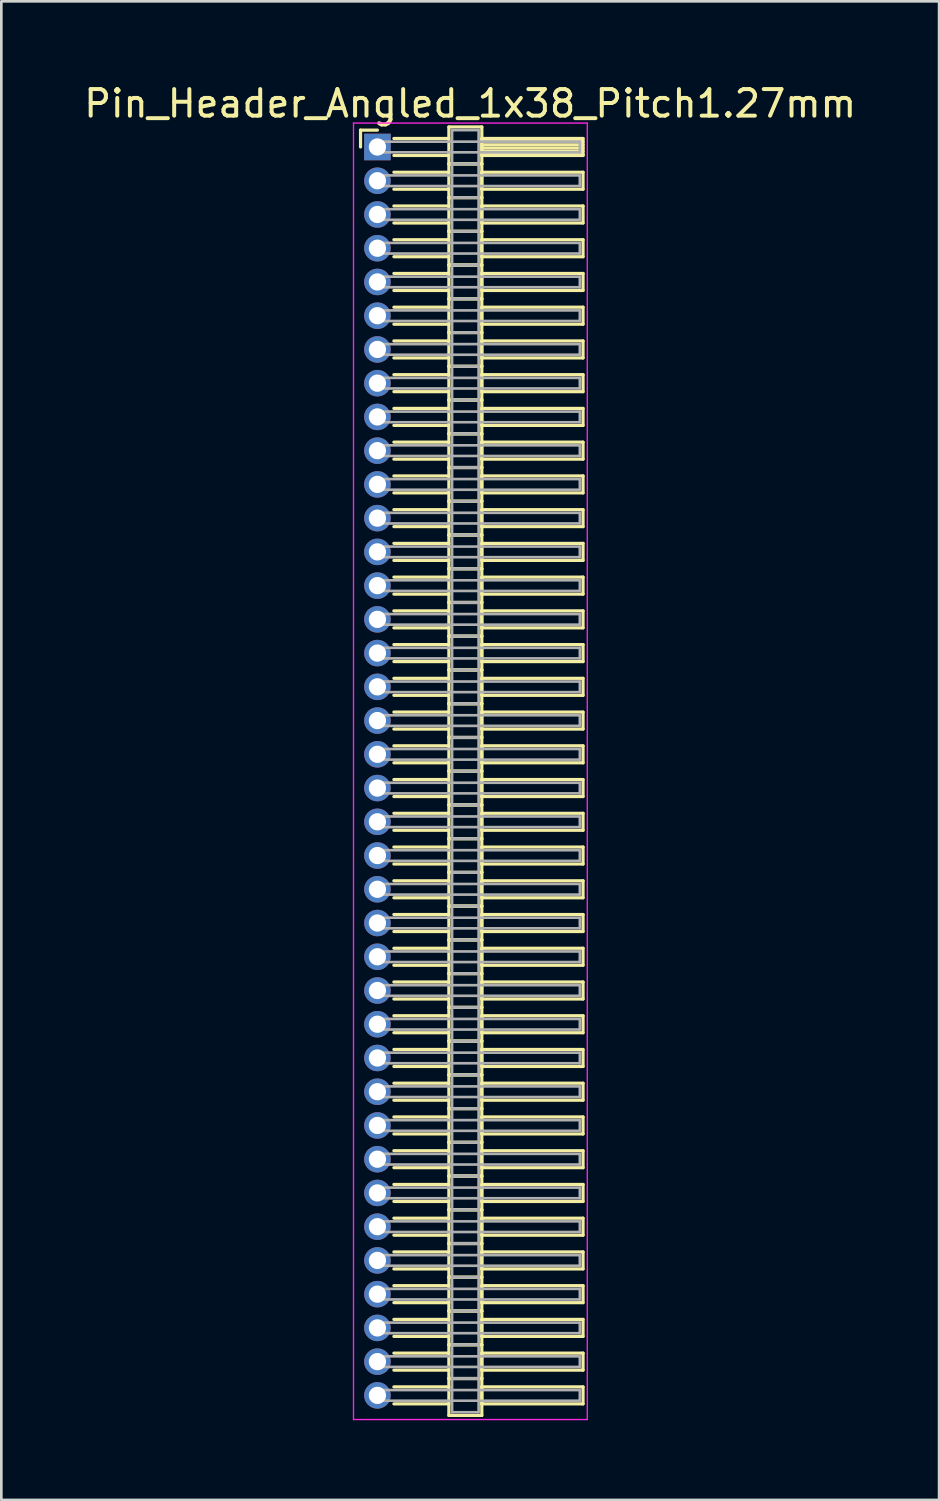
<source format=kicad_pcb>
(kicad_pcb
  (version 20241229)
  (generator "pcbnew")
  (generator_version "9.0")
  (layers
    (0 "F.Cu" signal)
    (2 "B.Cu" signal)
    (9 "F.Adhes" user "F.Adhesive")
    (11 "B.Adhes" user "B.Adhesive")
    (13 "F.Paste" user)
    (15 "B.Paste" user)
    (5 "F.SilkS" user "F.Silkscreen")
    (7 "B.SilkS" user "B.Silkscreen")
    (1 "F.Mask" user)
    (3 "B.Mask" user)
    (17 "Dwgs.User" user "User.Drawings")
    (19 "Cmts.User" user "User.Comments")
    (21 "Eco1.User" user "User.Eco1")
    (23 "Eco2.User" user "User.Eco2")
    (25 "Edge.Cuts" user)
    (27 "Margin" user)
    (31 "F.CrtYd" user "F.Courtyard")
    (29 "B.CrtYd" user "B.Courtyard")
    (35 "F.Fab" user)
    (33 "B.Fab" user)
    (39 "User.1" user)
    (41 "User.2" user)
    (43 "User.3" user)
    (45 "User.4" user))
  (footprint "Pin_Header_Angled_1x38_Pitch1.27mm"
    (layer "F.Cu")
    (at 11.156 2.483)
    (property "Reference" "Pin_Header_Angled_1x38_Pitch1.27mm" (at 3.493 -1.635 0) (layer "F.SilkS") (effects (font (size 1 1) (thickness 0.15))))
    (attr through_hole)
    (fp_line (start -0.635 -0.635) (end 0 -0.635) (stroke (width 0.12) (type solid)) (layer "F.SilkS"))
    (fp_line (start -0.635 0) (end -0.635 -0.635) (stroke (width 0.12) (type solid)) (layer "F.SilkS"))
    (fp_line (start 0.62 -0.32) (end 2.69 -0.32) (stroke (width 0.12) (type solid)) (layer "F.SilkS"))
    (fp_line (start 0.62 0.32) (end 2.69 0.32) (stroke (width 0.12) (type solid)) (layer "F.SilkS"))
    (fp_line (start 0.62 0.95) (end 2.69 0.95) (stroke (width 0.12) (type solid)) (layer "F.SilkS"))
    (fp_line (start 0.62 1.59) (end 2.69 1.59) (stroke (width 0.12) (type solid)) (layer "F.SilkS"))
    (fp_line (start 0.62 2.22) (end 2.69 2.22) (stroke (width 0.12) (type solid)) (layer "F.SilkS"))
    (fp_line (start 0.62 2.86) (end 2.69 2.86) (stroke (width 0.12) (type solid)) (layer "F.SilkS"))
    (fp_line (start 0.62 3.49) (end 2.69 3.49) (stroke (width 0.12) (type solid)) (layer "F.SilkS"))
    (fp_line (start 0.62 4.13) (end 2.69 4.13) (stroke (width 0.12) (type solid)) (layer "F.SilkS"))
    (fp_line (start 0.62 4.76) (end 2.69 4.76) (stroke (width 0.12) (type solid)) (layer "F.SilkS"))
    (fp_line (start 0.62 5.4) (end 2.69 5.4) (stroke (width 0.12) (type solid)) (layer "F.SilkS"))
    (fp_line (start 0.62 6.03) (end 2.69 6.03) (stroke (width 0.12) (type solid)) (layer "F.SilkS"))
    (fp_line (start 0.62 6.67) (end 2.69 6.67) (stroke (width 0.12) (type solid)) (layer "F.SilkS"))
    (fp_line (start 0.62 7.3) (end 2.69 7.3) (stroke (width 0.12) (type solid)) (layer "F.SilkS"))
    (fp_line (start 0.62 7.94) (end 2.69 7.94) (stroke (width 0.12) (type solid)) (layer "F.SilkS"))
    (fp_line (start 0.62 8.57) (end 2.69 8.57) (stroke (width 0.12) (type solid)) (layer "F.SilkS"))
    (fp_line (start 0.62 9.21) (end 2.69 9.21) (stroke (width 0.12) (type solid)) (layer "F.SilkS"))
    (fp_line (start 0.62 9.84) (end 2.69 9.84) (stroke (width 0.12) (type solid)) (layer "F.SilkS"))
    (fp_line (start 0.62 10.48) (end 2.69 10.48) (stroke (width 0.12) (type solid)) (layer "F.SilkS"))
    (fp_line (start 0.62 11.11) (end 2.69 11.11) (stroke (width 0.12) (type solid)) (layer "F.SilkS"))
    (fp_line (start 0.62 11.75) (end 2.69 11.75) (stroke (width 0.12) (type solid)) (layer "F.SilkS"))
    (fp_line (start 0.62 12.38) (end 2.69 12.38) (stroke (width 0.12) (type solid)) (layer "F.SilkS"))
    (fp_line (start 0.62 13.02) (end 2.69 13.02) (stroke (width 0.12) (type solid)) (layer "F.SilkS"))
    (fp_line (start 0.62 13.65) (end 2.69 13.65) (stroke (width 0.12) (type solid)) (layer "F.SilkS"))
    (fp_line (start 0.62 14.29) (end 2.69 14.29) (stroke (width 0.12) (type solid)) (layer "F.SilkS"))
    (fp_line (start 0.62 14.92) (end 2.69 14.92) (stroke (width 0.12) (type solid)) (layer "F.SilkS"))
    (fp_line (start 0.62 15.56) (end 2.69 15.56) (stroke (width 0.12) (type solid)) (layer "F.SilkS"))
    (fp_line (start 0.62 16.19) (end 2.69 16.19) (stroke (width 0.12) (type solid)) (layer "F.SilkS"))
    (fp_line (start 0.62 16.83) (end 2.69 16.83) (stroke (width 0.12) (type solid)) (layer "F.SilkS"))
    (fp_line (start 0.62 17.46) (end 2.69 17.46) (stroke (width 0.12) (type solid)) (layer "F.SilkS"))
    (fp_line (start 0.62 18.1) (end 2.69 18.1) (stroke (width 0.12) (type solid)) (layer "F.SilkS"))
    (fp_line (start 0.62 18.73) (end 2.69 18.73) (stroke (width 0.12) (type solid)) (layer "F.SilkS"))
    (fp_line (start 0.62 19.37) (end 2.69 19.37) (stroke (width 0.12) (type solid)) (layer "F.SilkS"))
    (fp_line (start 0.62 20) (end 2.69 20) (stroke (width 0.12) (type solid)) (layer "F.SilkS"))
    (fp_line (start 0.62 20.64) (end 2.69 20.64) (stroke (width 0.12) (type solid)) (layer "F.SilkS"))
    (fp_line (start 0.62 21.27) (end 2.69 21.27) (stroke (width 0.12) (type solid)) (layer "F.SilkS"))
    (fp_line (start 0.62 21.91) (end 2.69 21.91) (stroke (width 0.12) (type solid)) (layer "F.SilkS"))
    (fp_line (start 0.62 22.54) (end 2.69 22.54) (stroke (width 0.12) (type solid)) (layer "F.SilkS"))
    (fp_line (start 0.62 23.18) (end 2.69 23.18) (stroke (width 0.12) (type solid)) (layer "F.SilkS"))
    (fp_line (start 0.62 23.81) (end 2.69 23.81) (stroke (width 0.12) (type solid)) (layer "F.SilkS"))
    (fp_line (start 0.62 24.45) (end 2.69 24.45) (stroke (width 0.12) (type solid)) (layer "F.SilkS"))
    (fp_line (start 0.62 25.08) (end 2.69 25.08) (stroke (width 0.12) (type solid)) (layer "F.SilkS"))
    (fp_line (start 0.62 25.72) (end 2.69 25.72) (stroke (width 0.12) (type solid)) (layer "F.SilkS"))
    (fp_line (start 0.62 26.35) (end 2.69 26.35) (stroke (width 0.12) (type solid)) (layer "F.SilkS"))
    (fp_line (start 0.62 26.99) (end 2.69 26.99) (stroke (width 0.12) (type solid)) (layer "F.SilkS"))
    (fp_line (start 0.62 27.62) (end 2.69 27.62) (stroke (width 0.12) (type solid)) (layer "F.SilkS"))
    (fp_line (start 0.62 28.26) (end 2.69 28.26) (stroke (width 0.12) (type solid)) (layer "F.SilkS"))
    (fp_line (start 0.62 28.89) (end 2.69 28.89) (stroke (width 0.12) (type solid)) (layer "F.SilkS"))
    (fp_line (start 0.62 29.53) (end 2.69 29.53) (stroke (width 0.12) (type solid)) (layer "F.SilkS"))
    (fp_line (start 0.62 30.16) (end 2.69 30.16) (stroke (width 0.12) (type solid)) (layer "F.SilkS"))
    (fp_line (start 0.62 30.8) (end 2.69 30.8) (stroke (width 0.12) (type solid)) (layer "F.SilkS"))
    (fp_line (start 0.62 31.43) (end 2.69 31.43) (stroke (width 0.12) (type solid)) (layer "F.SilkS"))
    (fp_line (start 0.62 32.07) (end 2.69 32.07) (stroke (width 0.12) (type solid)) (layer "F.SilkS"))
    (fp_line (start 0.62 32.7) (end 2.69 32.7) (stroke (width 0.12) (type solid)) (layer "F.SilkS"))
    (fp_line (start 0.62 33.34) (end 2.69 33.34) (stroke (width 0.12) (type solid)) (layer "F.SilkS"))
    (fp_line (start 0.62 33.97) (end 2.69 33.97) (stroke (width 0.12) (type solid)) (layer "F.SilkS"))
    (fp_line (start 0.62 34.61) (end 2.69 34.61) (stroke (width 0.12) (type solid)) (layer "F.SilkS"))
    (fp_line (start 0.62 35.24) (end 2.69 35.24) (stroke (width 0.12) (type solid)) (layer "F.SilkS"))
    (fp_line (start 0.62 35.88) (end 2.69 35.88) (stroke (width 0.12) (type solid)) (layer "F.SilkS"))
    (fp_line (start 0.62 36.51) (end 2.69 36.51) (stroke (width 0.12) (type solid)) (layer "F.SilkS"))
    (fp_line (start 0.62 37.15) (end 2.69 37.15) (stroke (width 0.12) (type solid)) (layer "F.SilkS"))
    (fp_line (start 0.62 37.78) (end 2.69 37.78) (stroke (width 0.12) (type solid)) (layer "F.SilkS"))
    (fp_line (start 0.62 38.42) (end 2.69 38.42) (stroke (width 0.12) (type solid)) (layer "F.SilkS"))
    (fp_line (start 0.62 39.05) (end 2.69 39.05) (stroke (width 0.12) (type solid)) (layer "F.SilkS"))
    (fp_line (start 0.62 39.69) (end 2.69 39.69) (stroke (width 0.12) (type solid)) (layer "F.SilkS"))
    (fp_line (start 0.62 40.32) (end 2.69 40.32) (stroke (width 0.12) (type solid)) (layer "F.SilkS"))
    (fp_line (start 0.62 40.96) (end 2.69 40.96) (stroke (width 0.12) (type solid)) (layer "F.SilkS"))
    (fp_line (start 0.62 41.59) (end 2.69 41.59) (stroke (width 0.12) (type solid)) (layer "F.SilkS"))
    (fp_line (start 0.62 42.23) (end 2.69 42.23) (stroke (width 0.12) (type solid)) (layer "F.SilkS"))
    (fp_line (start 0.62 42.86) (end 2.69 42.86) (stroke (width 0.12) (type solid)) (layer "F.SilkS"))
    (fp_line (start 0.62 43.5) (end 2.69 43.5) (stroke (width 0.12) (type solid)) (layer "F.SilkS"))
    (fp_line (start 0.62 44.13) (end 2.69 44.13) (stroke (width 0.12) (type solid)) (layer "F.SilkS"))
    (fp_line (start 0.62 44.77) (end 2.69 44.77) (stroke (width 0.12) (type solid)) (layer "F.SilkS"))
    (fp_line (start 0.62 45.4) (end 2.69 45.4) (stroke (width 0.12) (type solid)) (layer "F.SilkS"))
    (fp_line (start 0.62 46.04) (end 2.69 46.04) (stroke (width 0.12) (type solid)) (layer "F.SilkS"))
    (fp_line (start 0.62 46.67) (end 2.69 46.67) (stroke (width 0.12) (type solid)) (layer "F.SilkS"))
    (fp_line (start 0.62 47.31) (end 2.69 47.31) (stroke (width 0.12) (type solid)) (layer "F.SilkS"))
    (fp_line (start 2.69 -0.755) (end 2.69 0.635) (stroke (width 0.12) (type solid)) (layer "F.SilkS"))
    (fp_line (start 2.69 0.635) (end 2.69 1.905) (stroke (width 0.12) (type solid)) (layer "F.SilkS"))
    (fp_line (start 2.69 0.635) (end 3.93 0.635) (stroke (width 0.12) (type solid)) (layer "F.SilkS"))
    (fp_line (start 2.69 1.905) (end 2.69 3.175) (stroke (width 0.12) (type solid)) (layer "F.SilkS"))
    (fp_line (start 2.69 1.905) (end 3.93 1.905) (stroke (width 0.12) (type solid)) (layer "F.SilkS"))
    (fp_line (start 2.69 3.175) (end 2.69 4.445) (stroke (width 0.12) (type solid)) (layer "F.SilkS"))
    (fp_line (start 2.69 3.175) (end 3.93 3.175) (stroke (width 0.12) (type solid)) (layer "F.SilkS"))
    (fp_line (start 2.69 4.445) (end 2.69 5.715) (stroke (width 0.12) (type solid)) (layer "F.SilkS"))
    (fp_line (start 2.69 4.445) (end 3.93 4.445) (stroke (width 0.12) (type solid)) (layer "F.SilkS"))
    (fp_line (start 2.69 5.715) (end 2.69 6.985) (stroke (width 0.12) (type solid)) (layer "F.SilkS"))
    (fp_line (start 2.69 5.715) (end 3.93 5.715) (stroke (width 0.12) (type solid)) (layer "F.SilkS"))
    (fp_line (start 2.69 6.985) (end 2.69 8.255) (stroke (width 0.12) (type solid)) (layer "F.SilkS"))
    (fp_line (start 2.69 6.985) (end 3.93 6.985) (stroke (width 0.12) (type solid)) (layer "F.SilkS"))
    (fp_line (start 2.69 8.255) (end 2.69 9.525) (stroke (width 0.12) (type solid)) (layer "F.SilkS"))
    (fp_line (start 2.69 8.255) (end 3.93 8.255) (stroke (width 0.12) (type solid)) (layer "F.SilkS"))
    (fp_line (start 2.69 9.525) (end 2.69 10.795) (stroke (width 0.12) (type solid)) (layer "F.SilkS"))
    (fp_line (start 2.69 9.525) (end 3.93 9.525) (stroke (width 0.12) (type solid)) (layer "F.SilkS"))
    (fp_line (start 2.69 10.795) (end 2.69 12.065) (stroke (width 0.12) (type solid)) (layer "F.SilkS"))
    (fp_line (start 2.69 10.795) (end 3.93 10.795) (stroke (width 0.12) (type solid)) (layer "F.SilkS"))
    (fp_line (start 2.69 12.065) (end 2.69 13.335) (stroke (width 0.12) (type solid)) (layer "F.SilkS"))
    (fp_line (start 2.69 12.065) (end 3.93 12.065) (stroke (width 0.12) (type solid)) (layer "F.SilkS"))
    (fp_line (start 2.69 13.335) (end 2.69 14.605) (stroke (width 0.12) (type solid)) (layer "F.SilkS"))
    (fp_line (start 2.69 13.335) (end 3.93 13.335) (stroke (width 0.12) (type solid)) (layer "F.SilkS"))
    (fp_line (start 2.69 14.605) (end 2.69 15.875) (stroke (width 0.12) (type solid)) (layer "F.SilkS"))
    (fp_line (start 2.69 14.605) (end 3.93 14.605) (stroke (width 0.12) (type solid)) (layer "F.SilkS"))
    (fp_line (start 2.69 15.875) (end 2.69 17.145) (stroke (width 0.12) (type solid)) (layer "F.SilkS"))
    (fp_line (start 2.69 15.875) (end 3.93 15.875) (stroke (width 0.12) (type solid)) (layer "F.SilkS"))
    (fp_line (start 2.69 17.145) (end 2.69 18.415) (stroke (width 0.12) (type solid)) (layer "F.SilkS"))
    (fp_line (start 2.69 17.145) (end 3.93 17.145) (stroke (width 0.12) (type solid)) (layer "F.SilkS"))
    (fp_line (start 2.69 18.415) (end 2.69 19.685) (stroke (width 0.12) (type solid)) (layer "F.SilkS"))
    (fp_line (start 2.69 18.415) (end 3.93 18.415) (stroke (width 0.12) (type solid)) (layer "F.SilkS"))
    (fp_line (start 2.69 19.685) (end 2.69 20.955) (stroke (width 0.12) (type solid)) (layer "F.SilkS"))
    (fp_line (start 2.69 19.685) (end 3.93 19.685) (stroke (width 0.12) (type solid)) (layer "F.SilkS"))
    (fp_line (start 2.69 20.955) (end 2.69 22.225) (stroke (width 0.12) (type solid)) (layer "F.SilkS"))
    (fp_line (start 2.69 20.955) (end 3.93 20.955) (stroke (width 0.12) (type solid)) (layer "F.SilkS"))
    (fp_line (start 2.69 22.225) (end 2.69 23.495) (stroke (width 0.12) (type solid)) (layer "F.SilkS"))
    (fp_line (start 2.69 22.225) (end 3.93 22.225) (stroke (width 0.12) (type solid)) (layer "F.SilkS"))
    (fp_line (start 2.69 23.495) (end 2.69 24.765) (stroke (width 0.12) (type solid)) (layer "F.SilkS"))
    (fp_line (start 2.69 23.495) (end 3.93 23.495) (stroke (width 0.12) (type solid)) (layer "F.SilkS"))
    (fp_line (start 2.69 24.765) (end 2.69 26.035) (stroke (width 0.12) (type solid)) (layer "F.SilkS"))
    (fp_line (start 2.69 24.765) (end 3.93 24.765) (stroke (width 0.12) (type solid)) (layer "F.SilkS"))
    (fp_line (start 2.69 26.035) (end 2.69 27.305) (stroke (width 0.12) (type solid)) (layer "F.SilkS"))
    (fp_line (start 2.69 26.035) (end 3.93 26.035) (stroke (width 0.12) (type solid)) (layer "F.SilkS"))
    (fp_line (start 2.69 27.305) (end 2.69 28.575) (stroke (width 0.12) (type solid)) (layer "F.SilkS"))
    (fp_line (start 2.69 27.305) (end 3.93 27.305) (stroke (width 0.12) (type solid)) (layer "F.SilkS"))
    (fp_line (start 2.69 28.575) (end 2.69 29.845) (stroke (width 0.12) (type solid)) (layer "F.SilkS"))
    (fp_line (start 2.69 28.575) (end 3.93 28.575) (stroke (width 0.12) (type solid)) (layer "F.SilkS"))
    (fp_line (start 2.69 29.845) (end 2.69 31.115) (stroke (width 0.12) (type solid)) (layer "F.SilkS"))
    (fp_line (start 2.69 29.845) (end 3.93 29.845) (stroke (width 0.12) (type solid)) (layer "F.SilkS"))
    (fp_line (start 2.69 31.115) (end 2.69 32.385) (stroke (width 0.12) (type solid)) (layer "F.SilkS"))
    (fp_line (start 2.69 31.115) (end 3.93 31.115) (stroke (width 0.12) (type solid)) (layer "F.SilkS"))
    (fp_line (start 2.69 32.385) (end 2.69 33.655) (stroke (width 0.12) (type solid)) (layer "F.SilkS"))
    (fp_line (start 2.69 32.385) (end 3.93 32.385) (stroke (width 0.12) (type solid)) (layer "F.SilkS"))
    (fp_line (start 2.69 33.655) (end 2.69 34.925) (stroke (width 0.12) (type solid)) (layer "F.SilkS"))
    (fp_line (start 2.69 33.655) (end 3.93 33.655) (stroke (width 0.12) (type solid)) (layer "F.SilkS"))
    (fp_line (start 2.69 34.925) (end 2.69 36.195) (stroke (width 0.12) (type solid)) (layer "F.SilkS"))
    (fp_line (start 2.69 34.925) (end 3.93 34.925) (stroke (width 0.12) (type solid)) (layer "F.SilkS"))
    (fp_line (start 2.69 36.195) (end 2.69 37.465) (stroke (width 0.12) (type solid)) (layer "F.SilkS"))
    (fp_line (start 2.69 36.195) (end 3.93 36.195) (stroke (width 0.12) (type solid)) (layer "F.SilkS"))
    (fp_line (start 2.69 37.465) (end 2.69 38.735) (stroke (width 0.12) (type solid)) (layer "F.SilkS"))
    (fp_line (start 2.69 37.465) (end 3.93 37.465) (stroke (width 0.12) (type solid)) (layer "F.SilkS"))
    (fp_line (start 2.69 38.735) (end 2.69 40.005) (stroke (width 0.12) (type solid)) (layer "F.SilkS"))
    (fp_line (start 2.69 38.735) (end 3.93 38.735) (stroke (width 0.12) (type solid)) (layer "F.SilkS"))
    (fp_line (start 2.69 40.005) (end 2.69 41.275) (stroke (width 0.12) (type solid)) (layer "F.SilkS"))
    (fp_line (start 2.69 40.005) (end 3.93 40.005) (stroke (width 0.12) (type solid)) (layer "F.SilkS"))
    (fp_line (start 2.69 41.275) (end 2.69 42.545) (stroke (width 0.12) (type solid)) (layer "F.SilkS"))
    (fp_line (start 2.69 41.275) (end 3.93 41.275) (stroke (width 0.12) (type solid)) (layer "F.SilkS"))
    (fp_line (start 2.69 42.545) (end 2.69 43.815) (stroke (width 0.12) (type solid)) (layer "F.SilkS"))
    (fp_line (start 2.69 42.545) (end 3.93 42.545) (stroke (width 0.12) (type solid)) (layer "F.SilkS"))
    (fp_line (start 2.69 43.815) (end 2.69 45.085) (stroke (width 0.12) (type solid)) (layer "F.SilkS"))
    (fp_line (start 2.69 43.815) (end 3.93 43.815) (stroke (width 0.12) (type solid)) (layer "F.SilkS"))
    (fp_line (start 2.69 45.085) (end 2.69 46.355) (stroke (width 0.12) (type solid)) (layer "F.SilkS"))
    (fp_line (start 2.69 45.085) (end 3.93 45.085) (stroke (width 0.12) (type solid)) (layer "F.SilkS"))
    (fp_line (start 2.69 46.355) (end 2.69 47.745) (stroke (width 0.12) (type solid)) (layer "F.SilkS"))
    (fp_line (start 2.69 46.355) (end 3.93 46.355) (stroke (width 0.12) (type solid)) (layer "F.SilkS"))
    (fp_line (start 2.69 47.745) (end 3.93 47.745) (stroke (width 0.12) (type solid)) (layer "F.SilkS"))
    (fp_line (start 3.93 -0.755) (end 2.69 -0.755) (stroke (width 0.12) (type solid)) (layer "F.SilkS"))
    (fp_line (start 3.93 -0.32) (end 3.93 0.32) (stroke (width 0.12) (type solid)) (layer "F.SilkS"))
    (fp_line (start 3.93 -0.2) (end 7.74 -0.2) (stroke (width 0.12) (type solid)) (layer "F.SilkS"))
    (fp_line (start 3.93 -0.08) (end 7.74 -0.08) (stroke (width 0.12) (type solid)) (layer "F.SilkS"))
    (fp_line (start 3.93 0.04) (end 7.74 0.04) (stroke (width 0.12) (type solid)) (layer "F.SilkS"))
    (fp_line (start 3.93 0.16) (end 7.74 0.16) (stroke (width 0.12) (type solid)) (layer "F.SilkS"))
    (fp_line (start 3.93 0.28) (end 7.74 0.28) (stroke (width 0.12) (type solid)) (layer "F.SilkS"))
    (fp_line (start 3.93 0.32) (end 7.74 0.32) (stroke (width 0.12) (type solid)) (layer "F.SilkS"))
    (fp_line (start 3.93 0.635) (end 2.69 0.635) (stroke (width 0.12) (type solid)) (layer "F.SilkS"))
    (fp_line (start 3.93 0.635) (end 3.93 -0.755) (stroke (width 0.12) (type solid)) (layer "F.SilkS"))
    (fp_line (start 3.93 0.95) (end 3.93 1.59) (stroke (width 0.12) (type solid)) (layer "F.SilkS"))
    (fp_line (start 3.93 1.59) (end 7.74 1.59) (stroke (width 0.12) (type solid)) (layer "F.SilkS"))
    (fp_line (start 3.93 1.905) (end 2.69 1.905) (stroke (width 0.12) (type solid)) (layer "F.SilkS"))
    (fp_line (start 3.93 1.905) (end 3.93 0.635) (stroke (width 0.12) (type solid)) (layer "F.SilkS"))
    (fp_line (start 3.93 2.22) (end 3.93 2.86) (stroke (width 0.12) (type solid)) (layer "F.SilkS"))
    (fp_line (start 3.93 2.86) (end 7.74 2.86) (stroke (width 0.12) (type solid)) (layer "F.SilkS"))
    (fp_line (start 3.93 3.175) (end 2.69 3.175) (stroke (width 0.12) (type solid)) (layer "F.SilkS"))
    (fp_line (start 3.93 3.175) (end 3.93 1.905) (stroke (width 0.12) (type solid)) (layer "F.SilkS"))
    (fp_line (start 3.93 3.49) (end 3.93 4.13) (stroke (width 0.12) (type solid)) (layer "F.SilkS"))
    (fp_line (start 3.93 4.13) (end 7.74 4.13) (stroke (width 0.12) (type solid)) (layer "F.SilkS"))
    (fp_line (start 3.93 4.445) (end 2.69 4.445) (stroke (width 0.12) (type solid)) (layer "F.SilkS"))
    (fp_line (start 3.93 4.445) (end 3.93 3.175) (stroke (width 0.12) (type solid)) (layer "F.SilkS"))
    (fp_line (start 3.93 4.76) (end 3.93 5.4) (stroke (width 0.12) (type solid)) (layer "F.SilkS"))
    (fp_line (start 3.93 5.4) (end 7.74 5.4) (stroke (width 0.12) (type solid)) (layer "F.SilkS"))
    (fp_line (start 3.93 5.715) (end 2.69 5.715) (stroke (width 0.12) (type solid)) (layer "F.SilkS"))
    (fp_line (start 3.93 5.715) (end 3.93 4.445) (stroke (width 0.12) (type solid)) (layer "F.SilkS"))
    (fp_line (start 3.93 6.03) (end 3.93 6.67) (stroke (width 0.12) (type solid)) (layer "F.SilkS"))
    (fp_line (start 3.93 6.67) (end 7.74 6.67) (stroke (width 0.12) (type solid)) (layer "F.SilkS"))
    (fp_line (start 3.93 6.985) (end 2.69 6.985) (stroke (width 0.12) (type solid)) (layer "F.SilkS"))
    (fp_line (start 3.93 6.985) (end 3.93 5.715) (stroke (width 0.12) (type solid)) (layer "F.SilkS"))
    (fp_line (start 3.93 7.3) (end 3.93 7.94) (stroke (width 0.12) (type solid)) (layer "F.SilkS"))
    (fp_line (start 3.93 7.94) (end 7.74 7.94) (stroke (width 0.12) (type solid)) (layer "F.SilkS"))
    (fp_line (start 3.93 8.255) (end 2.69 8.255) (stroke (width 0.12) (type solid)) (layer "F.SilkS"))
    (fp_line (start 3.93 8.255) (end 3.93 6.985) (stroke (width 0.12) (type solid)) (layer "F.SilkS"))
    (fp_line (start 3.93 8.57) (end 3.93 9.21) (stroke (width 0.12) (type solid)) (layer "F.SilkS"))
    (fp_line (start 3.93 9.21) (end 7.74 9.21) (stroke (width 0.12) (type solid)) (layer "F.SilkS"))
    (fp_line (start 3.93 9.525) (end 2.69 9.525) (stroke (width 0.12) (type solid)) (layer "F.SilkS"))
    (fp_line (start 3.93 9.525) (end 3.93 8.255) (stroke (width 0.12) (type solid)) (layer "F.SilkS"))
    (fp_line (start 3.93 9.84) (end 3.93 10.48) (stroke (width 0.12) (type solid)) (layer "F.SilkS"))
    (fp_line (start 3.93 10.48) (end 7.74 10.48) (stroke (width 0.12) (type solid)) (layer "F.SilkS"))
    (fp_line (start 3.93 10.795) (end 2.69 10.795) (stroke (width 0.12) (type solid)) (layer "F.SilkS"))
    (fp_line (start 3.93 10.795) (end 3.93 9.525) (stroke (width 0.12) (type solid)) (layer "F.SilkS"))
    (fp_line (start 3.93 11.11) (end 3.93 11.75) (stroke (width 0.12) (type solid)) (layer "F.SilkS"))
    (fp_line (start 3.93 11.75) (end 7.74 11.75) (stroke (width 0.12) (type solid)) (layer "F.SilkS"))
    (fp_line (start 3.93 12.065) (end 2.69 12.065) (stroke (width 0.12) (type solid)) (layer "F.SilkS"))
    (fp_line (start 3.93 12.065) (end 3.93 10.795) (stroke (width 0.12) (type solid)) (layer "F.SilkS"))
    (fp_line (start 3.93 12.38) (end 3.93 13.02) (stroke (width 0.12) (type solid)) (layer "F.SilkS"))
    (fp_line (start 3.93 13.02) (end 7.74 13.02) (stroke (width 0.12) (type solid)) (layer "F.SilkS"))
    (fp_line (start 3.93 13.335) (end 2.69 13.335) (stroke (width 0.12) (type solid)) (layer "F.SilkS"))
    (fp_line (start 3.93 13.335) (end 3.93 12.065) (stroke (width 0.12) (type solid)) (layer "F.SilkS"))
    (fp_line (start 3.93 13.65) (end 3.93 14.29) (stroke (width 0.12) (type solid)) (layer "F.SilkS"))
    (fp_line (start 3.93 14.29) (end 7.74 14.29) (stroke (width 0.12) (type solid)) (layer "F.SilkS"))
    (fp_line (start 3.93 14.605) (end 2.69 14.605) (stroke (width 0.12) (type solid)) (layer "F.SilkS"))
    (fp_line (start 3.93 14.605) (end 3.93 13.335) (stroke (width 0.12) (type solid)) (layer "F.SilkS"))
    (fp_line (start 3.93 14.92) (end 3.93 15.56) (stroke (width 0.12) (type solid)) (layer "F.SilkS"))
    (fp_line (start 3.93 15.56) (end 7.74 15.56) (stroke (width 0.12) (type solid)) (layer "F.SilkS"))
    (fp_line (start 3.93 15.875) (end 2.69 15.875) (stroke (width 0.12) (type solid)) (layer "F.SilkS"))
    (fp_line (start 3.93 15.875) (end 3.93 14.605) (stroke (width 0.12) (type solid)) (layer "F.SilkS"))
    (fp_line (start 3.93 16.19) (end 3.93 16.83) (stroke (width 0.12) (type solid)) (layer "F.SilkS"))
    (fp_line (start 3.93 16.83) (end 7.74 16.83) (stroke (width 0.12) (type solid)) (layer "F.SilkS"))
    (fp_line (start 3.93 17.145) (end 2.69 17.145) (stroke (width 0.12) (type solid)) (layer "F.SilkS"))
    (fp_line (start 3.93 17.145) (end 3.93 15.875) (stroke (width 0.12) (type solid)) (layer "F.SilkS"))
    (fp_line (start 3.93 17.46) (end 3.93 18.1) (stroke (width 0.12) (type solid)) (layer "F.SilkS"))
    (fp_line (start 3.93 18.1) (end 7.74 18.1) (stroke (width 0.12) (type solid)) (layer "F.SilkS"))
    (fp_line (start 3.93 18.415) (end 2.69 18.415) (stroke (width 0.12) (type solid)) (layer "F.SilkS"))
    (fp_line (start 3.93 18.415) (end 3.93 17.145) (stroke (width 0.12) (type solid)) (layer "F.SilkS"))
    (fp_line (start 3.93 18.73) (end 3.93 19.37) (stroke (width 0.12) (type solid)) (layer "F.SilkS"))
    (fp_line (start 3.93 19.37) (end 7.74 19.37) (stroke (width 0.12) (type solid)) (layer "F.SilkS"))
    (fp_line (start 3.93 19.685) (end 2.69 19.685) (stroke (width 0.12) (type solid)) (layer "F.SilkS"))
    (fp_line (start 3.93 19.685) (end 3.93 18.415) (stroke (width 0.12) (type solid)) (layer "F.SilkS"))
    (fp_line (start 3.93 20) (end 3.93 20.64) (stroke (width 0.12) (type solid)) (layer "F.SilkS"))
    (fp_line (start 3.93 20.64) (end 7.74 20.64) (stroke (width 0.12) (type solid)) (layer "F.SilkS"))
    (fp_line (start 3.93 20.955) (end 2.69 20.955) (stroke (width 0.12) (type solid)) (layer "F.SilkS"))
    (fp_line (start 3.93 20.955) (end 3.93 19.685) (stroke (width 0.12) (type solid)) (layer "F.SilkS"))
    (fp_line (start 3.93 21.27) (end 3.93 21.91) (stroke (width 0.12) (type solid)) (layer "F.SilkS"))
    (fp_line (start 3.93 21.91) (end 7.74 21.91) (stroke (width 0.12) (type solid)) (layer "F.SilkS"))
    (fp_line (start 3.93 22.225) (end 2.69 22.225) (stroke (width 0.12) (type solid)) (layer "F.SilkS"))
    (fp_line (start 3.93 22.225) (end 3.93 20.955) (stroke (width 0.12) (type solid)) (layer "F.SilkS"))
    (fp_line (start 3.93 22.54) (end 3.93 23.18) (stroke (width 0.12) (type solid)) (layer "F.SilkS"))
    (fp_line (start 3.93 23.18) (end 7.74 23.18) (stroke (width 0.12) (type solid)) (layer "F.SilkS"))
    (fp_line (start 3.93 23.495) (end 2.69 23.495) (stroke (width 0.12) (type solid)) (layer "F.SilkS"))
    (fp_line (start 3.93 23.495) (end 3.93 22.225) (stroke (width 0.12) (type solid)) (layer "F.SilkS"))
    (fp_line (start 3.93 23.81) (end 3.93 24.45) (stroke (width 0.12) (type solid)) (layer "F.SilkS"))
    (fp_line (start 3.93 24.45) (end 7.74 24.45) (stroke (width 0.12) (type solid)) (layer "F.SilkS"))
    (fp_line (start 3.93 24.765) (end 2.69 24.765) (stroke (width 0.12) (type solid)) (layer "F.SilkS"))
    (fp_line (start 3.93 24.765) (end 3.93 23.495) (stroke (width 0.12) (type solid)) (layer "F.SilkS"))
    (fp_line (start 3.93 25.08) (end 3.93 25.72) (stroke (width 0.12) (type solid)) (layer "F.SilkS"))
    (fp_line (start 3.93 25.72) (end 7.74 25.72) (stroke (width 0.12) (type solid)) (layer "F.SilkS"))
    (fp_line (start 3.93 26.035) (end 2.69 26.035) (stroke (width 0.12) (type solid)) (layer "F.SilkS"))
    (fp_line (start 3.93 26.035) (end 3.93 24.765) (stroke (width 0.12) (type solid)) (layer "F.SilkS"))
    (fp_line (start 3.93 26.35) (end 3.93 26.99) (stroke (width 0.12) (type solid)) (layer "F.SilkS"))
    (fp_line (start 3.93 26.99) (end 7.74 26.99) (stroke (width 0.12) (type solid)) (layer "F.SilkS"))
    (fp_line (start 3.93 27.305) (end 2.69 27.305) (stroke (width 0.12) (type solid)) (layer "F.SilkS"))
    (fp_line (start 3.93 27.305) (end 3.93 26.035) (stroke (width 0.12) (type solid)) (layer "F.SilkS"))
    (fp_line (start 3.93 27.62) (end 3.93 28.26) (stroke (width 0.12) (type solid)) (layer "F.SilkS"))
    (fp_line (start 3.93 28.26) (end 7.74 28.26) (stroke (width 0.12) (type solid)) (layer "F.SilkS"))
    (fp_line (start 3.93 28.575) (end 2.69 28.575) (stroke (width 0.12) (type solid)) (layer "F.SilkS"))
    (fp_line (start 3.93 28.575) (end 3.93 27.305) (stroke (width 0.12) (type solid)) (layer "F.SilkS"))
    (fp_line (start 3.93 28.89) (end 3.93 29.53) (stroke (width 0.12) (type solid)) (layer "F.SilkS"))
    (fp_line (start 3.93 29.53) (end 7.74 29.53) (stroke (width 0.12) (type solid)) (layer "F.SilkS"))
    (fp_line (start 3.93 29.845) (end 2.69 29.845) (stroke (width 0.12) (type solid)) (layer "F.SilkS"))
    (fp_line (start 3.93 29.845) (end 3.93 28.575) (stroke (width 0.12) (type solid)) (layer "F.SilkS"))
    (fp_line (start 3.93 30.16) (end 3.93 30.8) (stroke (width 0.12) (type solid)) (layer "F.SilkS"))
    (fp_line (start 3.93 30.8) (end 7.74 30.8) (stroke (width 0.12) (type solid)) (layer "F.SilkS"))
    (fp_line (start 3.93 31.115) (end 2.69 31.115) (stroke (width 0.12) (type solid)) (layer "F.SilkS"))
    (fp_line (start 3.93 31.115) (end 3.93 29.845) (stroke (width 0.12) (type solid)) (layer "F.SilkS"))
    (fp_line (start 3.93 31.43) (end 3.93 32.07) (stroke (width 0.12) (type solid)) (layer "F.SilkS"))
    (fp_line (start 3.93 32.07) (end 7.74 32.07) (stroke (width 0.12) (type solid)) (layer "F.SilkS"))
    (fp_line (start 3.93 32.385) (end 2.69 32.385) (stroke (width 0.12) (type solid)) (layer "F.SilkS"))
    (fp_line (start 3.93 32.385) (end 3.93 31.115) (stroke (width 0.12) (type solid)) (layer "F.SilkS"))
    (fp_line (start 3.93 32.7) (end 3.93 33.34) (stroke (width 0.12) (type solid)) (layer "F.SilkS"))
    (fp_line (start 3.93 33.34) (end 7.74 33.34) (stroke (width 0.12) (type solid)) (layer "F.SilkS"))
    (fp_line (start 3.93 33.655) (end 2.69 33.655) (stroke (width 0.12) (type solid)) (layer "F.SilkS"))
    (fp_line (start 3.93 33.655) (end 3.93 32.385) (stroke (width 0.12) (type solid)) (layer "F.SilkS"))
    (fp_line (start 3.93 33.97) (end 3.93 34.61) (stroke (width 0.12) (type solid)) (layer "F.SilkS"))
    (fp_line (start 3.93 34.61) (end 7.74 34.61) (stroke (width 0.12) (type solid)) (layer "F.SilkS"))
    (fp_line (start 3.93 34.925) (end 2.69 34.925) (stroke (width 0.12) (type solid)) (layer "F.SilkS"))
    (fp_line (start 3.93 34.925) (end 3.93 33.655) (stroke (width 0.12) (type solid)) (layer "F.SilkS"))
    (fp_line (start 3.93 35.24) (end 3.93 35.88) (stroke (width 0.12) (type solid)) (layer "F.SilkS"))
    (fp_line (start 3.93 35.88) (end 7.74 35.88) (stroke (width 0.12) (type solid)) (layer "F.SilkS"))
    (fp_line (start 3.93 36.195) (end 2.69 36.195) (stroke (width 0.12) (type solid)) (layer "F.SilkS"))
    (fp_line (start 3.93 36.195) (end 3.93 34.925) (stroke (width 0.12) (type solid)) (layer "F.SilkS"))
    (fp_line (start 3.93 36.51) (end 3.93 37.15) (stroke (width 0.12) (type solid)) (layer "F.SilkS"))
    (fp_line (start 3.93 37.15) (end 7.74 37.15) (stroke (width 0.12) (type solid)) (layer "F.SilkS"))
    (fp_line (start 3.93 37.465) (end 2.69 37.465) (stroke (width 0.12) (type solid)) (layer "F.SilkS"))
    (fp_line (start 3.93 37.465) (end 3.93 36.195) (stroke (width 0.12) (type solid)) (layer "F.SilkS"))
    (fp_line (start 3.93 37.78) (end 3.93 38.42) (stroke (width 0.12) (type solid)) (layer "F.SilkS"))
    (fp_line (start 3.93 38.42) (end 7.74 38.42) (stroke (width 0.12) (type solid)) (layer "F.SilkS"))
    (fp_line (start 3.93 38.735) (end 2.69 38.735) (stroke (width 0.12) (type solid)) (layer "F.SilkS"))
    (fp_line (start 3.93 38.735) (end 3.93 37.465) (stroke (width 0.12) (type solid)) (layer "F.SilkS"))
    (fp_line (start 3.93 39.05) (end 3.93 39.69) (stroke (width 0.12) (type solid)) (layer "F.SilkS"))
    (fp_line (start 3.93 39.69) (end 7.74 39.69) (stroke (width 0.12) (type solid)) (layer "F.SilkS"))
    (fp_line (start 3.93 40.005) (end 2.69 40.005) (stroke (width 0.12) (type solid)) (layer "F.SilkS"))
    (fp_line (start 3.93 40.005) (end 3.93 38.735) (stroke (width 0.12) (type solid)) (layer "F.SilkS"))
    (fp_line (start 3.93 40.32) (end 3.93 40.96) (stroke (width 0.12) (type solid)) (layer "F.SilkS"))
    (fp_line (start 3.93 40.96) (end 7.74 40.96) (stroke (width 0.12) (type solid)) (layer "F.SilkS"))
    (fp_line (start 3.93 41.275) (end 2.69 41.275) (stroke (width 0.12) (type solid)) (layer "F.SilkS"))
    (fp_line (start 3.93 41.275) (end 3.93 40.005) (stroke (width 0.12) (type solid)) (layer "F.SilkS"))
    (fp_line (start 3.93 41.59) (end 3.93 42.23) (stroke (width 0.12) (type solid)) (layer "F.SilkS"))
    (fp_line (start 3.93 42.23) (end 7.74 42.23) (stroke (width 0.12) (type solid)) (layer "F.SilkS"))
    (fp_line (start 3.93 42.545) (end 2.69 42.545) (stroke (width 0.12) (type solid)) (layer "F.SilkS"))
    (fp_line (start 3.93 42.545) (end 3.93 41.275) (stroke (width 0.12) (type solid)) (layer "F.SilkS"))
    (fp_line (start 3.93 42.86) (end 3.93 43.5) (stroke (width 0.12) (type solid)) (layer "F.SilkS"))
    (fp_line (start 3.93 43.5) (end 7.74 43.5) (stroke (width 0.12) (type solid)) (layer "F.SilkS"))
    (fp_line (start 3.93 43.815) (end 2.69 43.815) (stroke (width 0.12) (type solid)) (layer "F.SilkS"))
    (fp_line (start 3.93 43.815) (end 3.93 42.545) (stroke (width 0.12) (type solid)) (layer "F.SilkS"))
    (fp_line (start 3.93 44.13) (end 3.93 44.77) (stroke (width 0.12) (type solid)) (layer "F.SilkS"))
    (fp_line (start 3.93 44.77) (end 7.74 44.77) (stroke (width 0.12) (type solid)) (layer "F.SilkS"))
    (fp_line (start 3.93 45.085) (end 2.69 45.085) (stroke (width 0.12) (type solid)) (layer "F.SilkS"))
    (fp_line (start 3.93 45.085) (end 3.93 43.815) (stroke (width 0.12) (type solid)) (layer "F.SilkS"))
    (fp_line (start 3.93 45.4) (end 3.93 46.04) (stroke (width 0.12) (type solid)) (layer "F.SilkS"))
    (fp_line (start 3.93 46.04) (end 7.74 46.04) (stroke (width 0.12) (type solid)) (layer "F.SilkS"))
    (fp_line (start 3.93 46.355) (end 2.69 46.355) (stroke (width 0.12) (type solid)) (layer "F.SilkS"))
    (fp_line (start 3.93 46.355) (end 3.93 45.085) (stroke (width 0.12) (type solid)) (layer "F.SilkS"))
    (fp_line (start 3.93 46.67) (end 3.93 47.31) (stroke (width 0.12) (type solid)) (layer "F.SilkS"))
    (fp_line (start 3.93 47.31) (end 7.74 47.31) (stroke (width 0.12) (type solid)) (layer "F.SilkS"))
    (fp_line (start 3.93 47.745) (end 3.93 46.355) (stroke (width 0.12) (type solid)) (layer "F.SilkS"))
    (fp_line (start 7.74 -0.32) (end 3.93 -0.32) (stroke (width 0.12) (type solid)) (layer "F.SilkS"))
    (fp_line (start 7.74 0.32) (end 7.74 -0.32) (stroke (width 0.12) (type solid)) (layer "F.SilkS"))
    (fp_line (start 7.74 0.95) (end 3.93 0.95) (stroke (width 0.12) (type solid)) (layer "F.SilkS"))
    (fp_line (start 7.74 1.59) (end 7.74 0.95) (stroke (width 0.12) (type solid)) (layer "F.SilkS"))
    (fp_line (start 7.74 2.22) (end 3.93 2.22) (stroke (width 0.12) (type solid)) (layer "F.SilkS"))
    (fp_line (start 7.74 2.86) (end 7.74 2.22) (stroke (width 0.12) (type solid)) (layer "F.SilkS"))
    (fp_line (start 7.74 3.49) (end 3.93 3.49) (stroke (width 0.12) (type solid)) (layer "F.SilkS"))
    (fp_line (start 7.74 4.13) (end 7.74 3.49) (stroke (width 0.12) (type solid)) (layer "F.SilkS"))
    (fp_line (start 7.74 4.76) (end 3.93 4.76) (stroke (width 0.12) (type solid)) (layer "F.SilkS"))
    (fp_line (start 7.74 5.4) (end 7.74 4.76) (stroke (width 0.12) (type solid)) (layer "F.SilkS"))
    (fp_line (start 7.74 6.03) (end 3.93 6.03) (stroke (width 0.12) (type solid)) (layer "F.SilkS"))
    (fp_line (start 7.74 6.67) (end 7.74 6.03) (stroke (width 0.12) (type solid)) (layer "F.SilkS"))
    (fp_line (start 7.74 7.3) (end 3.93 7.3) (stroke (width 0.12) (type solid)) (layer "F.SilkS"))
    (fp_line (start 7.74 7.94) (end 7.74 7.3) (stroke (width 0.12) (type solid)) (layer "F.SilkS"))
    (fp_line (start 7.74 8.57) (end 3.93 8.57) (stroke (width 0.12) (type solid)) (layer "F.SilkS"))
    (fp_line (start 7.74 9.21) (end 7.74 8.57) (stroke (width 0.12) (type solid)) (layer "F.SilkS"))
    (fp_line (start 7.74 9.84) (end 3.93 9.84) (stroke (width 0.12) (type solid)) (layer "F.SilkS"))
    (fp_line (start 7.74 10.48) (end 7.74 9.84) (stroke (width 0.12) (type solid)) (layer "F.SilkS"))
    (fp_line (start 7.74 11.11) (end 3.93 11.11) (stroke (width 0.12) (type solid)) (layer "F.SilkS"))
    (fp_line (start 7.74 11.75) (end 7.74 11.11) (stroke (width 0.12) (type solid)) (layer "F.SilkS"))
    (fp_line (start 7.74 12.38) (end 3.93 12.38) (stroke (width 0.12) (type solid)) (layer "F.SilkS"))
    (fp_line (start 7.74 13.02) (end 7.74 12.38) (stroke (width 0.12) (type solid)) (layer "F.SilkS"))
    (fp_line (start 7.74 13.65) (end 3.93 13.65) (stroke (width 0.12) (type solid)) (layer "F.SilkS"))
    (fp_line (start 7.74 14.29) (end 7.74 13.65) (stroke (width 0.12) (type solid)) (layer "F.SilkS"))
    (fp_line (start 7.74 14.92) (end 3.93 14.92) (stroke (width 0.12) (type solid)) (layer "F.SilkS"))
    (fp_line (start 7.74 15.56) (end 7.74 14.92) (stroke (width 0.12) (type solid)) (layer "F.SilkS"))
    (fp_line (start 7.74 16.19) (end 3.93 16.19) (stroke (width 0.12) (type solid)) (layer "F.SilkS"))
    (fp_line (start 7.74 16.83) (end 7.74 16.19) (stroke (width 0.12) (type solid)) (layer "F.SilkS"))
    (fp_line (start 7.74 17.46) (end 3.93 17.46) (stroke (width 0.12) (type solid)) (layer "F.SilkS"))
    (fp_line (start 7.74 18.1) (end 7.74 17.46) (stroke (width 0.12) (type solid)) (layer "F.SilkS"))
    (fp_line (start 7.74 18.73) (end 3.93 18.73) (stroke (width 0.12) (type solid)) (layer "F.SilkS"))
    (fp_line (start 7.74 19.37) (end 7.74 18.73) (stroke (width 0.12) (type solid)) (layer "F.SilkS"))
    (fp_line (start 7.74 20) (end 3.93 20) (stroke (width 0.12) (type solid)) (layer "F.SilkS"))
    (fp_line (start 7.74 20.64) (end 7.74 20) (stroke (width 0.12) (type solid)) (layer "F.SilkS"))
    (fp_line (start 7.74 21.27) (end 3.93 21.27) (stroke (width 0.12) (type solid)) (layer "F.SilkS"))
    (fp_line (start 7.74 21.91) (end 7.74 21.27) (stroke (width 0.12) (type solid)) (layer "F.SilkS"))
    (fp_line (start 7.74 22.54) (end 3.93 22.54) (stroke (width 0.12) (type solid)) (layer "F.SilkS"))
    (fp_line (start 7.74 23.18) (end 7.74 22.54) (stroke (width 0.12) (type solid)) (layer "F.SilkS"))
    (fp_line (start 7.74 23.81) (end 3.93 23.81) (stroke (width 0.12) (type solid)) (layer "F.SilkS"))
    (fp_line (start 7.74 24.45) (end 7.74 23.81) (stroke (width 0.12) (type solid)) (layer "F.SilkS"))
    (fp_line (start 7.74 25.08) (end 3.93 25.08) (stroke (width 0.12) (type solid)) (layer "F.SilkS"))
    (fp_line (start 7.74 25.72) (end 7.74 25.08) (stroke (width 0.12) (type solid)) (layer "F.SilkS"))
    (fp_line (start 7.74 26.35) (end 3.93 26.35) (stroke (width 0.12) (type solid)) (layer "F.SilkS"))
    (fp_line (start 7.74 26.99) (end 7.74 26.35) (stroke (width 0.12) (type solid)) (layer "F.SilkS"))
    (fp_line (start 7.74 27.62) (end 3.93 27.62) (stroke (width 0.12) (type solid)) (layer "F.SilkS"))
    (fp_line (start 7.74 28.26) (end 7.74 27.62) (stroke (width 0.12) (type solid)) (layer "F.SilkS"))
    (fp_line (start 7.74 28.89) (end 3.93 28.89) (stroke (width 0.12) (type solid)) (layer "F.SilkS"))
    (fp_line (start 7.74 29.53) (end 7.74 28.89) (stroke (width 0.12) (type solid)) (layer "F.SilkS"))
    (fp_line (start 7.74 30.16) (end 3.93 30.16) (stroke (width 0.12) (type solid)) (layer "F.SilkS"))
    (fp_line (start 7.74 30.8) (end 7.74 30.16) (stroke (width 0.12) (type solid)) (layer "F.SilkS"))
    (fp_line (start 7.74 31.43) (end 3.93 31.43) (stroke (width 0.12) (type solid)) (layer "F.SilkS"))
    (fp_line (start 7.74 32.07) (end 7.74 31.43) (stroke (width 0.12) (type solid)) (layer "F.SilkS"))
    (fp_line (start 7.74 32.7) (end 3.93 32.7) (stroke (width 0.12) (type solid)) (layer "F.SilkS"))
    (fp_line (start 7.74 33.34) (end 7.74 32.7) (stroke (width 0.12) (type solid)) (layer "F.SilkS"))
    (fp_line (start 7.74 33.97) (end 3.93 33.97) (stroke (width 0.12) (type solid)) (layer "F.SilkS"))
    (fp_line (start 7.74 34.61) (end 7.74 33.97) (stroke (width 0.12) (type solid)) (layer "F.SilkS"))
    (fp_line (start 7.74 35.24) (end 3.93 35.24) (stroke (width 0.12) (type solid)) (layer "F.SilkS"))
    (fp_line (start 7.74 35.88) (end 7.74 35.24) (stroke (width 0.12) (type solid)) (layer "F.SilkS"))
    (fp_line (start 7.74 36.51) (end 3.93 36.51) (stroke (width 0.12) (type solid)) (layer "F.SilkS"))
    (fp_line (start 7.74 37.15) (end 7.74 36.51) (stroke (width 0.12) (type solid)) (layer "F.SilkS"))
    (fp_line (start 7.74 37.78) (end 3.93 37.78) (stroke (width 0.12) (type solid)) (layer "F.SilkS"))
    (fp_line (start 7.74 38.42) (end 7.74 37.78) (stroke (width 0.12) (type solid)) (layer "F.SilkS"))
    (fp_line (start 7.74 39.05) (end 3.93 39.05) (stroke (width 0.12) (type solid)) (layer "F.SilkS"))
    (fp_line (start 7.74 39.69) (end 7.74 39.05) (stroke (width 0.12) (type solid)) (layer "F.SilkS"))
    (fp_line (start 7.74 40.32) (end 3.93 40.32) (stroke (width 0.12) (type solid)) (layer "F.SilkS"))
    (fp_line (start 7.74 40.96) (end 7.74 40.32) (stroke (width 0.12) (type solid)) (layer "F.SilkS"))
    (fp_line (start 7.74 41.59) (end 3.93 41.59) (stroke (width 0.12) (type solid)) (layer "F.SilkS"))
    (fp_line (start 7.74 42.23) (end 7.74 41.59) (stroke (width 0.12) (type solid)) (layer "F.SilkS"))
    (fp_line (start 7.74 42.86) (end 3.93 42.86) (stroke (width 0.12) (type solid)) (layer "F.SilkS"))
    (fp_line (start 7.74 43.5) (end 7.74 42.86) (stroke (width 0.12) (type solid)) (layer "F.SilkS"))
    (fp_line (start 7.74 44.13) (end 3.93 44.13) (stroke (width 0.12) (type solid)) (layer "F.SilkS"))
    (fp_line (start 7.74 44.77) (end 7.74 44.13) (stroke (width 0.12) (type solid)) (layer "F.SilkS"))
    (fp_line (start 7.74 45.4) (end 3.93 45.4) (stroke (width 0.12) (type solid)) (layer "F.SilkS"))
    (fp_line (start 7.74 46.04) (end 7.74 45.4) (stroke (width 0.12) (type solid)) (layer "F.SilkS"))
    (fp_line (start 7.74 46.67) (end 3.93 46.67) (stroke (width 0.12) (type solid)) (layer "F.SilkS"))
    (fp_line (start 7.74 47.31) (end 7.74 46.67) (stroke (width 0.12) (type solid)) (layer "F.SilkS"))
    (fp_line (start -0.9 -0.9) (end -0.9 47.9) (stroke (width 0.05) (type solid)) (layer "F.CrtYd"))
    (fp_line (start -0.9 47.9) (end 7.9 47.9) (stroke (width 0.05) (type solid)) (layer "F.CrtYd"))
    (fp_line (start 7.9 -0.9) (end -0.9 -0.9) (stroke (width 0.05) (type solid)) (layer "F.CrtYd"))
    (fp_line (start 7.9 47.9) (end 7.9 -0.9) (stroke (width 0.05) (type solid)) (layer "F.CrtYd"))
    (fp_line (start 0 -0.2) (end 0 0.2) (stroke (width 0.1) (type solid)) (layer "F.Fab"))
    (fp_line (start 0 0.2) (end 7.62 0.2) (stroke (width 0.1) (type solid)) (layer "F.Fab"))
    (fp_line (start 0 1.07) (end 0 1.47) (stroke (width 0.1) (type solid)) (layer "F.Fab"))
    (fp_line (start 0 1.47) (end 7.62 1.47) (stroke (width 0.1) (type solid)) (layer "F.Fab"))
    (fp_line (start 0 2.34) (end 0 2.74) (stroke (width 0.1) (type solid)) (layer "F.Fab"))
    (fp_line (start 0 2.74) (end 7.62 2.74) (stroke (width 0.1) (type solid)) (layer "F.Fab"))
    (fp_line (start 0 3.61) (end 0 4.01) (stroke (width 0.1) (type solid)) (layer "F.Fab"))
    (fp_line (start 0 4.01) (end 7.62 4.01) (stroke (width 0.1) (type solid)) (layer "F.Fab"))
    (fp_line (start 0 4.88) (end 0 5.28) (stroke (width 0.1) (type solid)) (layer "F.Fab"))
    (fp_line (start 0 5.28) (end 7.62 5.28) (stroke (width 0.1) (type solid)) (layer "F.Fab"))
    (fp_line (start 0 6.15) (end 0 6.55) (stroke (width 0.1) (type solid)) (layer "F.Fab"))
    (fp_line (start 0 6.55) (end 7.62 6.55) (stroke (width 0.1) (type solid)) (layer "F.Fab"))
    (fp_line (start 0 7.42) (end 0 7.82) (stroke (width 0.1) (type solid)) (layer "F.Fab"))
    (fp_line (start 0 7.82) (end 7.62 7.82) (stroke (width 0.1) (type solid)) (layer "F.Fab"))
    (fp_line (start 0 8.69) (end 0 9.09) (stroke (width 0.1) (type solid)) (layer "F.Fab"))
    (fp_line (start 0 9.09) (end 7.62 9.09) (stroke (width 0.1) (type solid)) (layer "F.Fab"))
    (fp_line (start 0 9.96) (end 0 10.36) (stroke (width 0.1) (type solid)) (layer "F.Fab"))
    (fp_line (start 0 10.36) (end 7.62 10.36) (stroke (width 0.1) (type solid)) (layer "F.Fab"))
    (fp_line (start 0 11.23) (end 0 11.63) (stroke (width 0.1) (type solid)) (layer "F.Fab"))
    (fp_line (start 0 11.63) (end 7.62 11.63) (stroke (width 0.1) (type solid)) (layer "F.Fab"))
    (fp_line (start 0 12.5) (end 0 12.9) (stroke (width 0.1) (type solid)) (layer "F.Fab"))
    (fp_line (start 0 12.9) (end 7.62 12.9) (stroke (width 0.1) (type solid)) (layer "F.Fab"))
    (fp_line (start 0 13.77) (end 0 14.17) (stroke (width 0.1) (type solid)) (layer "F.Fab"))
    (fp_line (start 0 14.17) (end 7.62 14.17) (stroke (width 0.1) (type solid)) (layer "F.Fab"))
    (fp_line (start 0 15.04) (end 0 15.44) (stroke (width 0.1) (type solid)) (layer "F.Fab"))
    (fp_line (start 0 15.44) (end 7.62 15.44) (stroke (width 0.1) (type solid)) (layer "F.Fab"))
    (fp_line (start 0 16.31) (end 0 16.71) (stroke (width 0.1) (type solid)) (layer "F.Fab"))
    (fp_line (start 0 16.71) (end 7.62 16.71) (stroke (width 0.1) (type solid)) (layer "F.Fab"))
    (fp_line (start 0 17.58) (end 0 17.98) (stroke (width 0.1) (type solid)) (layer "F.Fab"))
    (fp_line (start 0 17.98) (end 7.62 17.98) (stroke (width 0.1) (type solid)) (layer "F.Fab"))
    (fp_line (start 0 18.85) (end 0 19.25) (stroke (width 0.1) (type solid)) (layer "F.Fab"))
    (fp_line (start 0 19.25) (end 7.62 19.25) (stroke (width 0.1) (type solid)) (layer "F.Fab"))
    (fp_line (start 0 20.12) (end 0 20.52) (stroke (width 0.1) (type solid)) (layer "F.Fab"))
    (fp_line (start 0 20.52) (end 7.62 20.52) (stroke (width 0.1) (type solid)) (layer "F.Fab"))
    (fp_line (start 0 21.39) (end 0 21.79) (stroke (width 0.1) (type solid)) (layer "F.Fab"))
    (fp_line (start 0 21.79) (end 7.62 21.79) (stroke (width 0.1) (type solid)) (layer "F.Fab"))
    (fp_line (start 0 22.66) (end 0 23.06) (stroke (width 0.1) (type solid)) (layer "F.Fab"))
    (fp_line (start 0 23.06) (end 7.62 23.06) (stroke (width 0.1) (type solid)) (layer "F.Fab"))
    (fp_line (start 0 23.93) (end 0 24.33) (stroke (width 0.1) (type solid)) (layer "F.Fab"))
    (fp_line (start 0 24.33) (end 7.62 24.33) (stroke (width 0.1) (type solid)) (layer "F.Fab"))
    (fp_line (start 0 25.2) (end 0 25.6) (stroke (width 0.1) (type solid)) (layer "F.Fab"))
    (fp_line (start 0 25.6) (end 7.62 25.6) (stroke (width 0.1) (type solid)) (layer "F.Fab"))
    (fp_line (start 0 26.47) (end 0 26.87) (stroke (width 0.1) (type solid)) (layer "F.Fab"))
    (fp_line (start 0 26.87) (end 7.62 26.87) (stroke (width 0.1) (type solid)) (layer "F.Fab"))
    (fp_line (start 0 27.74) (end 0 28.14) (stroke (width 0.1) (type solid)) (layer "F.Fab"))
    (fp_line (start 0 28.14) (end 7.62 28.14) (stroke (width 0.1) (type solid)) (layer "F.Fab"))
    (fp_line (start 0 29.01) (end 0 29.41) (stroke (width 0.1) (type solid)) (layer "F.Fab"))
    (fp_line (start 0 29.41) (end 7.62 29.41) (stroke (width 0.1) (type solid)) (layer "F.Fab"))
    (fp_line (start 0 30.28) (end 0 30.68) (stroke (width 0.1) (type solid)) (layer "F.Fab"))
    (fp_line (start 0 30.68) (end 7.62 30.68) (stroke (width 0.1) (type solid)) (layer "F.Fab"))
    (fp_line (start 0 31.55) (end 0 31.95) (stroke (width 0.1) (type solid)) (layer "F.Fab"))
    (fp_line (start 0 31.95) (end 7.62 31.95) (stroke (width 0.1) (type solid)) (layer "F.Fab"))
    (fp_line (start 0 32.82) (end 0 33.22) (stroke (width 0.1) (type solid)) (layer "F.Fab"))
    (fp_line (start 0 33.22) (end 7.62 33.22) (stroke (width 0.1) (type solid)) (layer "F.Fab"))
    (fp_line (start 0 34.09) (end 0 34.49) (stroke (width 0.1) (type solid)) (layer "F.Fab"))
    (fp_line (start 0 34.49) (end 7.62 34.49) (stroke (width 0.1) (type solid)) (layer "F.Fab"))
    (fp_line (start 0 35.36) (end 0 35.76) (stroke (width 0.1) (type solid)) (layer "F.Fab"))
    (fp_line (start 0 35.76) (end 7.62 35.76) (stroke (width 0.1) (type solid)) (layer "F.Fab"))
    (fp_line (start 0 36.63) (end 0 37.03) (stroke (width 0.1) (type solid)) (layer "F.Fab"))
    (fp_line (start 0 37.03) (end 7.62 37.03) (stroke (width 0.1) (type solid)) (layer "F.Fab"))
    (fp_line (start 0 37.9) (end 0 38.3) (stroke (width 0.1) (type solid)) (layer "F.Fab"))
    (fp_line (start 0 38.3) (end 7.62 38.3) (stroke (width 0.1) (type solid)) (layer "F.Fab"))
    (fp_line (start 0 39.17) (end 0 39.57) (stroke (width 0.1) (type solid)) (layer "F.Fab"))
    (fp_line (start 0 39.57) (end 7.62 39.57) (stroke (width 0.1) (type solid)) (layer "F.Fab"))
    (fp_line (start 0 40.44) (end 0 40.84) (stroke (width 0.1) (type solid)) (layer "F.Fab"))
    (fp_line (start 0 40.84) (end 7.62 40.84) (stroke (width 0.1) (type solid)) (layer "F.Fab"))
    (fp_line (start 0 41.71) (end 0 42.11) (stroke (width 0.1) (type solid)) (layer "F.Fab"))
    (fp_line (start 0 42.11) (end 7.62 42.11) (stroke (width 0.1) (type solid)) (layer "F.Fab"))
    (fp_line (start 0 42.98) (end 0 43.38) (stroke (width 0.1) (type solid)) (layer "F.Fab"))
    (fp_line (start 0 43.38) (end 7.62 43.38) (stroke (width 0.1) (type solid)) (layer "F.Fab"))
    (fp_line (start 0 44.25) (end 0 44.65) (stroke (width 0.1) (type solid)) (layer "F.Fab"))
    (fp_line (start 0 44.65) (end 7.62 44.65) (stroke (width 0.1) (type solid)) (layer "F.Fab"))
    (fp_line (start 0 45.52) (end 0 45.92) (stroke (width 0.1) (type solid)) (layer "F.Fab"))
    (fp_line (start 0 45.92) (end 7.62 45.92) (stroke (width 0.1) (type solid)) (layer "F.Fab"))
    (fp_line (start 0 46.79) (end 0 47.19) (stroke (width 0.1) (type solid)) (layer "F.Fab"))
    (fp_line (start 0 47.19) (end 7.62 47.19) (stroke (width 0.1) (type solid)) (layer "F.Fab"))
    (fp_line (start 2.81 -0.635) (end 2.81 0.635) (stroke (width 0.1) (type solid)) (layer "F.Fab"))
    (fp_line (start 2.81 0.635) (end 2.81 1.905) (stroke (width 0.1) (type solid)) (layer "F.Fab"))
    (fp_line (start 2.81 0.635) (end 3.81 0.635) (stroke (width 0.1) (type solid)) (layer "F.Fab"))
    (fp_line (start 2.81 1.905) (end 2.81 3.175) (stroke (width 0.1) (type solid)) (layer "F.Fab"))
    (fp_line (start 2.81 1.905) (end 3.81 1.905) (stroke (width 0.1) (type solid)) (layer "F.Fab"))
    (fp_line (start 2.81 3.175) (end 2.81 4.445) (stroke (width 0.1) (type solid)) (layer "F.Fab"))
    (fp_line (start 2.81 3.175) (end 3.81 3.175) (stroke (width 0.1) (type solid)) (layer "F.Fab"))
    (fp_line (start 2.81 4.445) (end 2.81 5.715) (stroke (width 0.1) (type solid)) (layer "F.Fab"))
    (fp_line (start 2.81 4.445) (end 3.81 4.445) (stroke (width 0.1) (type solid)) (layer "F.Fab"))
    (fp_line (start 2.81 5.715) (end 2.81 6.985) (stroke (width 0.1) (type solid)) (layer "F.Fab"))
    (fp_line (start 2.81 5.715) (end 3.81 5.715) (stroke (width 0.1) (type solid)) (layer "F.Fab"))
    (fp_line (start 2.81 6.985) (end 2.81 8.255) (stroke (width 0.1) (type solid)) (layer "F.Fab"))
    (fp_line (start 2.81 6.985) (end 3.81 6.985) (stroke (width 0.1) (type solid)) (layer "F.Fab"))
    (fp_line (start 2.81 8.255) (end 2.81 9.525) (stroke (width 0.1) (type solid)) (layer "F.Fab"))
    (fp_line (start 2.81 8.255) (end 3.81 8.255) (stroke (width 0.1) (type solid)) (layer "F.Fab"))
    (fp_line (start 2.81 9.525) (end 2.81 10.795) (stroke (width 0.1) (type solid)) (layer "F.Fab"))
    (fp_line (start 2.81 9.525) (end 3.81 9.525) (stroke (width 0.1) (type solid)) (layer "F.Fab"))
    (fp_line (start 2.81 10.795) (end 2.81 12.065) (stroke (width 0.1) (type solid)) (layer "F.Fab"))
    (fp_line (start 2.81 10.795) (end 3.81 10.795) (stroke (width 0.1) (type solid)) (layer "F.Fab"))
    (fp_line (start 2.81 12.065) (end 2.81 13.335) (stroke (width 0.1) (type solid)) (layer "F.Fab"))
    (fp_line (start 2.81 12.065) (end 3.81 12.065) (stroke (width 0.1) (type solid)) (layer "F.Fab"))
    (fp_line (start 2.81 13.335) (end 2.81 14.605) (stroke (width 0.1) (type solid)) (layer "F.Fab"))
    (fp_line (start 2.81 13.335) (end 3.81 13.335) (stroke (width 0.1) (type solid)) (layer "F.Fab"))
    (fp_line (start 2.81 14.605) (end 2.81 15.875) (stroke (width 0.1) (type solid)) (layer "F.Fab"))
    (fp_line (start 2.81 14.605) (end 3.81 14.605) (stroke (width 0.1) (type solid)) (layer "F.Fab"))
    (fp_line (start 2.81 15.875) (end 2.81 17.145) (stroke (width 0.1) (type solid)) (layer "F.Fab"))
    (fp_line (start 2.81 15.875) (end 3.81 15.875) (stroke (width 0.1) (type solid)) (layer "F.Fab"))
    (fp_line (start 2.81 17.145) (end 2.81 18.415) (stroke (width 0.1) (type solid)) (layer "F.Fab"))
    (fp_line (start 2.81 17.145) (end 3.81 17.145) (stroke (width 0.1) (type solid)) (layer "F.Fab"))
    (fp_line (start 2.81 18.415) (end 2.81 19.685) (stroke (width 0.1) (type solid)) (layer "F.Fab"))
    (fp_line (start 2.81 18.415) (end 3.81 18.415) (stroke (width 0.1) (type solid)) (layer "F.Fab"))
    (fp_line (start 2.81 19.685) (end 2.81 20.955) (stroke (width 0.1) (type solid)) (layer "F.Fab"))
    (fp_line (start 2.81 19.685) (end 3.81 19.685) (stroke (width 0.1) (type solid)) (layer "F.Fab"))
    (fp_line (start 2.81 20.955) (end 2.81 22.225) (stroke (width 0.1) (type solid)) (layer "F.Fab"))
    (fp_line (start 2.81 20.955) (end 3.81 20.955) (stroke (width 0.1) (type solid)) (layer "F.Fab"))
    (fp_line (start 2.81 22.225) (end 2.81 23.495) (stroke (width 0.1) (type solid)) (layer "F.Fab"))
    (fp_line (start 2.81 22.225) (end 3.81 22.225) (stroke (width 0.1) (type solid)) (layer "F.Fab"))
    (fp_line (start 2.81 23.495) (end 2.81 24.765) (stroke (width 0.1) (type solid)) (layer "F.Fab"))
    (fp_line (start 2.81 23.495) (end 3.81 23.495) (stroke (width 0.1) (type solid)) (layer "F.Fab"))
    (fp_line (start 2.81 24.765) (end 2.81 26.035) (stroke (width 0.1) (type solid)) (layer "F.Fab"))
    (fp_line (start 2.81 24.765) (end 3.81 24.765) (stroke (width 0.1) (type solid)) (layer "F.Fab"))
    (fp_line (start 2.81 26.035) (end 2.81 27.305) (stroke (width 0.1) (type solid)) (layer "F.Fab"))
    (fp_line (start 2.81 26.035) (end 3.81 26.035) (stroke (width 0.1) (type solid)) (layer "F.Fab"))
    (fp_line (start 2.81 27.305) (end 2.81 28.575) (stroke (width 0.1) (type solid)) (layer "F.Fab"))
    (fp_line (start 2.81 27.305) (end 3.81 27.305) (stroke (width 0.1) (type solid)) (layer "F.Fab"))
    (fp_line (start 2.81 28.575) (end 2.81 29.845) (stroke (width 0.1) (type solid)) (layer "F.Fab"))
    (fp_line (start 2.81 28.575) (end 3.81 28.575) (stroke (width 0.1) (type solid)) (layer "F.Fab"))
    (fp_line (start 2.81 29.845) (end 2.81 31.115) (stroke (width 0.1) (type solid)) (layer "F.Fab"))
    (fp_line (start 2.81 29.845) (end 3.81 29.845) (stroke (width 0.1) (type solid)) (layer "F.Fab"))
    (fp_line (start 2.81 31.115) (end 2.81 32.385) (stroke (width 0.1) (type solid)) (layer "F.Fab"))
    (fp_line (start 2.81 31.115) (end 3.81 31.115) (stroke (width 0.1) (type solid)) (layer "F.Fab"))
    (fp_line (start 2.81 32.385) (end 2.81 33.655) (stroke (width 0.1) (type solid)) (layer "F.Fab"))
    (fp_line (start 2.81 32.385) (end 3.81 32.385) (stroke (width 0.1) (type solid)) (layer "F.Fab"))
    (fp_line (start 2.81 33.655) (end 2.81 34.925) (stroke (width 0.1) (type solid)) (layer "F.Fab"))
    (fp_line (start 2.81 33.655) (end 3.81 33.655) (stroke (width 0.1) (type solid)) (layer "F.Fab"))
    (fp_line (start 2.81 34.925) (end 2.81 36.195) (stroke (width 0.1) (type solid)) (layer "F.Fab"))
    (fp_line (start 2.81 34.925) (end 3.81 34.925) (stroke (width 0.1) (type solid)) (layer "F.Fab"))
    (fp_line (start 2.81 36.195) (end 2.81 37.465) (stroke (width 0.1) (type solid)) (layer "F.Fab"))
    (fp_line (start 2.81 36.195) (end 3.81 36.195) (stroke (width 0.1) (type solid)) (layer "F.Fab"))
    (fp_line (start 2.81 37.465) (end 2.81 38.735) (stroke (width 0.1) (type solid)) (layer "F.Fab"))
    (fp_line (start 2.81 37.465) (end 3.81 37.465) (stroke (width 0.1) (type solid)) (layer "F.Fab"))
    (fp_line (start 2.81 38.735) (end 2.81 40.005) (stroke (width 0.1) (type solid)) (layer "F.Fab"))
    (fp_line (start 2.81 38.735) (end 3.81 38.735) (stroke (width 0.1) (type solid)) (layer "F.Fab"))
    (fp_line (start 2.81 40.005) (end 2.81 41.275) (stroke (width 0.1) (type solid)) (layer "F.Fab"))
    (fp_line (start 2.81 40.005) (end 3.81 40.005) (stroke (width 0.1) (type solid)) (layer "F.Fab"))
    (fp_line (start 2.81 41.275) (end 2.81 42.545) (stroke (width 0.1) (type solid)) (layer "F.Fab"))
    (fp_line (start 2.81 41.275) (end 3.81 41.275) (stroke (width 0.1) (type solid)) (layer "F.Fab"))
    (fp_line (start 2.81 42.545) (end 2.81 43.815) (stroke (width 0.1) (type solid)) (layer "F.Fab"))
    (fp_line (start 2.81 42.545) (end 3.81 42.545) (stroke (width 0.1) (type solid)) (layer "F.Fab"))
    (fp_line (start 2.81 43.815) (end 2.81 45.085) (stroke (width 0.1) (type solid)) (layer "F.Fab"))
    (fp_line (start 2.81 43.815) (end 3.81 43.815) (stroke (width 0.1) (type solid)) (layer "F.Fab"))
    (fp_line (start 2.81 45.085) (end 2.81 46.355) (stroke (width 0.1) (type solid)) (layer "F.Fab"))
    (fp_line (start 2.81 45.085) (end 3.81 45.085) (stroke (width 0.1) (type solid)) (layer "F.Fab"))
    (fp_line (start 2.81 46.355) (end 2.81 47.625) (stroke (width 0.1) (type solid)) (layer "F.Fab"))
    (fp_line (start 2.81 46.355) (end 3.81 46.355) (stroke (width 0.1) (type solid)) (layer "F.Fab"))
    (fp_line (start 2.81 47.625) (end 3.81 47.625) (stroke (width 0.1) (type solid)) (layer "F.Fab"))
    (fp_line (start 3.81 -0.635) (end 2.81 -0.635) (stroke (width 0.1) (type solid)) (layer "F.Fab"))
    (fp_line (start 3.81 0.635) (end 2.81 0.635) (stroke (width 0.1) (type solid)) (layer "F.Fab"))
    (fp_line (start 3.81 0.635) (end 3.81 -0.635) (stroke (width 0.1) (type solid)) (layer "F.Fab"))
    (fp_line (start 3.81 1.905) (end 2.81 1.905) (stroke (width 0.1) (type solid)) (layer "F.Fab"))
    (fp_line (start 3.81 1.905) (end 3.81 0.635) (stroke (width 0.1) (type solid)) (layer "F.Fab"))
    (fp_line (start 3.81 3.175) (end 2.81 3.175) (stroke (width 0.1) (type solid)) (layer "F.Fab"))
    (fp_line (start 3.81 3.175) (end 3.81 1.905) (stroke (width 0.1) (type solid)) (layer "F.Fab"))
    (fp_line (start 3.81 4.445) (end 2.81 4.445) (stroke (width 0.1) (type solid)) (layer "F.Fab"))
    (fp_line (start 3.81 4.445) (end 3.81 3.175) (stroke (width 0.1) (type solid)) (layer "F.Fab"))
    (fp_line (start 3.81 5.715) (end 2.81 5.715) (stroke (width 0.1) (type solid)) (layer "F.Fab"))
    (fp_line (start 3.81 5.715) (end 3.81 4.445) (stroke (width 0.1) (type solid)) (layer "F.Fab"))
    (fp_line (start 3.81 6.985) (end 2.81 6.985) (stroke (width 0.1) (type solid)) (layer "F.Fab"))
    (fp_line (start 3.81 6.985) (end 3.81 5.715) (stroke (width 0.1) (type solid)) (layer "F.Fab"))
    (fp_line (start 3.81 8.255) (end 2.81 8.255) (stroke (width 0.1) (type solid)) (layer "F.Fab"))
    (fp_line (start 3.81 8.255) (end 3.81 6.985) (stroke (width 0.1) (type solid)) (layer "F.Fab"))
    (fp_line (start 3.81 9.525) (end 2.81 9.525) (stroke (width 0.1) (type solid)) (layer "F.Fab"))
    (fp_line (start 3.81 9.525) (end 3.81 8.255) (stroke (width 0.1) (type solid)) (layer "F.Fab"))
    (fp_line (start 3.81 10.795) (end 2.81 10.795) (stroke (width 0.1) (type solid)) (layer "F.Fab"))
    (fp_line (start 3.81 10.795) (end 3.81 9.525) (stroke (width 0.1) (type solid)) (layer "F.Fab"))
    (fp_line (start 3.81 12.065) (end 2.81 12.065) (stroke (width 0.1) (type solid)) (layer "F.Fab"))
    (fp_line (start 3.81 12.065) (end 3.81 10.795) (stroke (width 0.1) (type solid)) (layer "F.Fab"))
    (fp_line (start 3.81 13.335) (end 2.81 13.335) (stroke (width 0.1) (type solid)) (layer "F.Fab"))
    (fp_line (start 3.81 13.335) (end 3.81 12.065) (stroke (width 0.1) (type solid)) (layer "F.Fab"))
    (fp_line (start 3.81 14.605) (end 2.81 14.605) (stroke (width 0.1) (type solid)) (layer "F.Fab"))
    (fp_line (start 3.81 14.605) (end 3.81 13.335) (stroke (width 0.1) (type solid)) (layer "F.Fab"))
    (fp_line (start 3.81 15.875) (end 2.81 15.875) (stroke (width 0.1) (type solid)) (layer "F.Fab"))
    (fp_line (start 3.81 15.875) (end 3.81 14.605) (stroke (width 0.1) (type solid)) (layer "F.Fab"))
    (fp_line (start 3.81 17.145) (end 2.81 17.145) (stroke (width 0.1) (type solid)) (layer "F.Fab"))
    (fp_line (start 3.81 17.145) (end 3.81 15.875) (stroke (width 0.1) (type solid)) (layer "F.Fab"))
    (fp_line (start 3.81 18.415) (end 2.81 18.415) (stroke (width 0.1) (type solid)) (layer "F.Fab"))
    (fp_line (start 3.81 18.415) (end 3.81 17.145) (stroke (width 0.1) (type solid)) (layer "F.Fab"))
    (fp_line (start 3.81 19.685) (end 2.81 19.685) (stroke (width 0.1) (type solid)) (layer "F.Fab"))
    (fp_line (start 3.81 19.685) (end 3.81 18.415) (stroke (width 0.1) (type solid)) (layer "F.Fab"))
    (fp_line (start 3.81 20.955) (end 2.81 20.955) (stroke (width 0.1) (type solid)) (layer "F.Fab"))
    (fp_line (start 3.81 20.955) (end 3.81 19.685) (stroke (width 0.1) (type solid)) (layer "F.Fab"))
    (fp_line (start 3.81 22.225) (end 2.81 22.225) (stroke (width 0.1) (type solid)) (layer "F.Fab"))
    (fp_line (start 3.81 22.225) (end 3.81 20.955) (stroke (width 0.1) (type solid)) (layer "F.Fab"))
    (fp_line (start 3.81 23.495) (end 2.81 23.495) (stroke (width 0.1) (type solid)) (layer "F.Fab"))
    (fp_line (start 3.81 23.495) (end 3.81 22.225) (stroke (width 0.1) (type solid)) (layer "F.Fab"))
    (fp_line (start 3.81 24.765) (end 2.81 24.765) (stroke (width 0.1) (type solid)) (layer "F.Fab"))
    (fp_line (start 3.81 24.765) (end 3.81 23.495) (stroke (width 0.1) (type solid)) (layer "F.Fab"))
    (fp_line (start 3.81 26.035) (end 2.81 26.035) (stroke (width 0.1) (type solid)) (layer "F.Fab"))
    (fp_line (start 3.81 26.035) (end 3.81 24.765) (stroke (width 0.1) (type solid)) (layer "F.Fab"))
    (fp_line (start 3.81 27.305) (end 2.81 27.305) (stroke (width 0.1) (type solid)) (layer "F.Fab"))
    (fp_line (start 3.81 27.305) (end 3.81 26.035) (stroke (width 0.1) (type solid)) (layer "F.Fab"))
    (fp_line (start 3.81 28.575) (end 2.81 28.575) (stroke (width 0.1) (type solid)) (layer "F.Fab"))
    (fp_line (start 3.81 28.575) (end 3.81 27.305) (stroke (width 0.1) (type solid)) (layer "F.Fab"))
    (fp_line (start 3.81 29.845) (end 2.81 29.845) (stroke (width 0.1) (type solid)) (layer "F.Fab"))
    (fp_line (start 3.81 29.845) (end 3.81 28.575) (stroke (width 0.1) (type solid)) (layer "F.Fab"))
    (fp_line (start 3.81 31.115) (end 2.81 31.115) (stroke (width 0.1) (type solid)) (layer "F.Fab"))
    (fp_line (start 3.81 31.115) (end 3.81 29.845) (stroke (width 0.1) (type solid)) (layer "F.Fab"))
    (fp_line (start 3.81 32.385) (end 2.81 32.385) (stroke (width 0.1) (type solid)) (layer "F.Fab"))
    (fp_line (start 3.81 32.385) (end 3.81 31.115) (stroke (width 0.1) (type solid)) (layer "F.Fab"))
    (fp_line (start 3.81 33.655) (end 2.81 33.655) (stroke (width 0.1) (type solid)) (layer "F.Fab"))
    (fp_line (start 3.81 33.655) (end 3.81 32.385) (stroke (width 0.1) (type solid)) (layer "F.Fab"))
    (fp_line (start 3.81 34.925) (end 2.81 34.925) (stroke (width 0.1) (type solid)) (layer "F.Fab"))
    (fp_line (start 3.81 34.925) (end 3.81 33.655) (stroke (width 0.1) (type solid)) (layer "F.Fab"))
    (fp_line (start 3.81 36.195) (end 2.81 36.195) (stroke (width 0.1) (type solid)) (layer "F.Fab"))
    (fp_line (start 3.81 36.195) (end 3.81 34.925) (stroke (width 0.1) (type solid)) (layer "F.Fab"))
    (fp_line (start 3.81 37.465) (end 2.81 37.465) (stroke (width 0.1) (type solid)) (layer "F.Fab"))
    (fp_line (start 3.81 37.465) (end 3.81 36.195) (stroke (width 0.1) (type solid)) (layer "F.Fab"))
    (fp_line (start 3.81 38.735) (end 2.81 38.735) (stroke (width 0.1) (type solid)) (layer "F.Fab"))
    (fp_line (start 3.81 38.735) (end 3.81 37.465) (stroke (width 0.1) (type solid)) (layer "F.Fab"))
    (fp_line (start 3.81 40.005) (end 2.81 40.005) (stroke (width 0.1) (type solid)) (layer "F.Fab"))
    (fp_line (start 3.81 40.005) (end 3.81 38.735) (stroke (width 0.1) (type solid)) (layer "F.Fab"))
    (fp_line (start 3.81 41.275) (end 2.81 41.275) (stroke (width 0.1) (type solid)) (layer "F.Fab"))
    (fp_line (start 3.81 41.275) (end 3.81 40.005) (stroke (width 0.1) (type solid)) (layer "F.Fab"))
    (fp_line (start 3.81 42.545) (end 2.81 42.545) (stroke (width 0.1) (type solid)) (layer "F.Fab"))
    (fp_line (start 3.81 42.545) (end 3.81 41.275) (stroke (width 0.1) (type solid)) (layer "F.Fab"))
    (fp_line (start 3.81 43.815) (end 2.81 43.815) (stroke (width 0.1) (type solid)) (layer "F.Fab"))
    (fp_line (start 3.81 43.815) (end 3.81 42.545) (stroke (width 0.1) (type solid)) (layer "F.Fab"))
    (fp_line (start 3.81 45.085) (end 2.81 45.085) (stroke (width 0.1) (type solid)) (layer "F.Fab"))
    (fp_line (start 3.81 45.085) (end 3.81 43.815) (stroke (width 0.1) (type solid)) (layer "F.Fab"))
    (fp_line (start 3.81 46.355) (end 2.81 46.355) (stroke (width 0.1) (type solid)) (layer "F.Fab"))
    (fp_line (start 3.81 46.355) (end 3.81 45.085) (stroke (width 0.1) (type solid)) (layer "F.Fab"))
    (fp_line (start 3.81 47.625) (end 3.81 46.355) (stroke (width 0.1) (type solid)) (layer "F.Fab"))
    (fp_line (start 7.62 -0.2) (end 0 -0.2) (stroke (width 0.1) (type solid)) (layer "F.Fab"))
    (fp_line (start 7.62 0.2) (end 7.62 -0.2) (stroke (width 0.1) (type solid)) (layer "F.Fab"))
    (fp_line (start 7.62 1.07) (end 0 1.07) (stroke (width 0.1) (type solid)) (layer "F.Fab"))
    (fp_line (start 7.62 1.47) (end 7.62 1.07) (stroke (width 0.1) (type solid)) (layer "F.Fab"))
    (fp_line (start 7.62 2.34) (end 0 2.34) (stroke (width 0.1) (type solid)) (layer "F.Fab"))
    (fp_line (start 7.62 2.74) (end 7.62 2.34) (stroke (width 0.1) (type solid)) (layer "F.Fab"))
    (fp_line (start 7.62 3.61) (end 0 3.61) (stroke (width 0.1) (type solid)) (layer "F.Fab"))
    (fp_line (start 7.62 4.01) (end 7.62 3.61) (stroke (width 0.1) (type solid)) (layer "F.Fab"))
    (fp_line (start 7.62 4.88) (end 0 4.88) (stroke (width 0.1) (type solid)) (layer "F.Fab"))
    (fp_line (start 7.62 5.28) (end 7.62 4.88) (stroke (width 0.1) (type solid)) (layer "F.Fab"))
    (fp_line (start 7.62 6.15) (end 0 6.15) (stroke (width 0.1) (type solid)) (layer "F.Fab"))
    (fp_line (start 7.62 6.55) (end 7.62 6.15) (stroke (width 0.1) (type solid)) (layer "F.Fab"))
    (fp_line (start 7.62 7.42) (end 0 7.42) (stroke (width 0.1) (type solid)) (layer "F.Fab"))
    (fp_line (start 7.62 7.82) (end 7.62 7.42) (stroke (width 0.1) (type solid)) (layer "F.Fab"))
    (fp_line (start 7.62 8.69) (end 0 8.69) (stroke (width 0.1) (type solid)) (layer "F.Fab"))
    (fp_line (start 7.62 9.09) (end 7.62 8.69) (stroke (width 0.1) (type solid)) (layer "F.Fab"))
    (fp_line (start 7.62 9.96) (end 0 9.96) (stroke (width 0.1) (type solid)) (layer "F.Fab"))
    (fp_line (start 7.62 10.36) (end 7.62 9.96) (stroke (width 0.1) (type solid)) (layer "F.Fab"))
    (fp_line (start 7.62 11.23) (end 0 11.23) (stroke (width 0.1) (type solid)) (layer "F.Fab"))
    (fp_line (start 7.62 11.63) (end 7.62 11.23) (stroke (width 0.1) (type solid)) (layer "F.Fab"))
    (fp_line (start 7.62 12.5) (end 0 12.5) (stroke (width 0.1) (type solid)) (layer "F.Fab"))
    (fp_line (start 7.62 12.9) (end 7.62 12.5) (stroke (width 0.1) (type solid)) (layer "F.Fab"))
    (fp_line (start 7.62 13.77) (end 0 13.77) (stroke (width 0.1) (type solid)) (layer "F.Fab"))
    (fp_line (start 7.62 14.17) (end 7.62 13.77) (stroke (width 0.1) (type solid)) (layer "F.Fab"))
    (fp_line (start 7.62 15.04) (end 0 15.04) (stroke (width 0.1) (type solid)) (layer "F.Fab"))
    (fp_line (start 7.62 15.44) (end 7.62 15.04) (stroke (width 0.1) (type solid)) (layer "F.Fab"))
    (fp_line (start 7.62 16.31) (end 0 16.31) (stroke (width 0.1) (type solid)) (layer "F.Fab"))
    (fp_line (start 7.62 16.71) (end 7.62 16.31) (stroke (width 0.1) (type solid)) (layer "F.Fab"))
    (fp_line (start 7.62 17.58) (end 0 17.58) (stroke (width 0.1) (type solid)) (layer "F.Fab"))
    (fp_line (start 7.62 17.98) (end 7.62 17.58) (stroke (width 0.1) (type solid)) (layer "F.Fab"))
    (fp_line (start 7.62 18.85) (end 0 18.85) (stroke (width 0.1) (type solid)) (layer "F.Fab"))
    (fp_line (start 7.62 19.25) (end 7.62 18.85) (stroke (width 0.1) (type solid)) (layer "F.Fab"))
    (fp_line (start 7.62 20.12) (end 0 20.12) (stroke (width 0.1) (type solid)) (layer "F.Fab"))
    (fp_line (start 7.62 20.52) (end 7.62 20.12) (stroke (width 0.1) (type solid)) (layer "F.Fab"))
    (fp_line (start 7.62 21.39) (end 0 21.39) (stroke (width 0.1) (type solid)) (layer "F.Fab"))
    (fp_line (start 7.62 21.79) (end 7.62 21.39) (stroke (width 0.1) (type solid)) (layer "F.Fab"))
    (fp_line (start 7.62 22.66) (end 0 22.66) (stroke (width 0.1) (type solid)) (layer "F.Fab"))
    (fp_line (start 7.62 23.06) (end 7.62 22.66) (stroke (width 0.1) (type solid)) (layer "F.Fab"))
    (fp_line (start 7.62 23.93) (end 0 23.93) (stroke (width 0.1) (type solid)) (layer "F.Fab"))
    (fp_line (start 7.62 24.33) (end 7.62 23.93) (stroke (width 0.1) (type solid)) (layer "F.Fab"))
    (fp_line (start 7.62 25.2) (end 0 25.2) (stroke (width 0.1) (type solid)) (layer "F.Fab"))
    (fp_line (start 7.62 25.6) (end 7.62 25.2) (stroke (width 0.1) (type solid)) (layer "F.Fab"))
    (fp_line (start 7.62 26.47) (end 0 26.47) (stroke (width 0.1) (type solid)) (layer "F.Fab"))
    (fp_line (start 7.62 26.87) (end 7.62 26.47) (stroke (width 0.1) (type solid)) (layer "F.Fab"))
    (fp_line (start 7.62 27.74) (end 0 27.74) (stroke (width 0.1) (type solid)) (layer "F.Fab"))
    (fp_line (start 7.62 28.14) (end 7.62 27.74) (stroke (width 0.1) (type solid)) (layer "F.Fab"))
    (fp_line (start 7.62 29.01) (end 0 29.01) (stroke (width 0.1) (type solid)) (layer "F.Fab"))
    (fp_line (start 7.62 29.41) (end 7.62 29.01) (stroke (width 0.1) (type solid)) (layer "F.Fab"))
    (fp_line (start 7.62 30.28) (end 0 30.28) (stroke (width 0.1) (type solid)) (layer "F.Fab"))
    (fp_line (start 7.62 30.68) (end 7.62 30.28) (stroke (width 0.1) (type solid)) (layer "F.Fab"))
    (fp_line (start 7.62 31.55) (end 0 31.55) (stroke (width 0.1) (type solid)) (layer "F.Fab"))
    (fp_line (start 7.62 31.95) (end 7.62 31.55) (stroke (width 0.1) (type solid)) (layer "F.Fab"))
    (fp_line (start 7.62 32.82) (end 0 32.82) (stroke (width 0.1) (type solid)) (layer "F.Fab"))
    (fp_line (start 7.62 33.22) (end 7.62 32.82) (stroke (width 0.1) (type solid)) (layer "F.Fab"))
    (fp_line (start 7.62 34.09) (end 0 34.09) (stroke (width 0.1) (type solid)) (layer "F.Fab"))
    (fp_line (start 7.62 34.49) (end 7.62 34.09) (stroke (width 0.1) (type solid)) (layer "F.Fab"))
    (fp_line (start 7.62 35.36) (end 0 35.36) (stroke (width 0.1) (type solid)) (layer "F.Fab"))
    (fp_line (start 7.62 35.76) (end 7.62 35.36) (stroke (width 0.1) (type solid)) (layer "F.Fab"))
    (fp_line (start 7.62 36.63) (end 0 36.63) (stroke (width 0.1) (type solid)) (layer "F.Fab"))
    (fp_line (start 7.62 37.03) (end 7.62 36.63) (stroke (width 0.1) (type solid)) (layer "F.Fab"))
    (fp_line (start 7.62 37.9) (end 0 37.9) (stroke (width 0.1) (type solid)) (layer "F.Fab"))
    (fp_line (start 7.62 38.3) (end 7.62 37.9) (stroke (width 0.1) (type solid)) (layer "F.Fab"))
    (fp_line (start 7.62 39.17) (end 0 39.17) (stroke (width 0.1) (type solid)) (layer "F.Fab"))
    (fp_line (start 7.62 39.57) (end 7.62 39.17) (stroke (width 0.1) (type solid)) (layer "F.Fab"))
    (fp_line (start 7.62 40.44) (end 0 40.44) (stroke (width 0.1) (type solid)) (layer "F.Fab"))
    (fp_line (start 7.62 40.84) (end 7.62 40.44) (stroke (width 0.1) (type solid)) (layer "F.Fab"))
    (fp_line (start 7.62 41.71) (end 0 41.71) (stroke (width 0.1) (type solid)) (layer "F.Fab"))
    (fp_line (start 7.62 42.11) (end 7.62 41.71) (stroke (width 0.1) (type solid)) (layer "F.Fab"))
    (fp_line (start 7.62 42.98) (end 0 42.98) (stroke (width 0.1) (type solid)) (layer "F.Fab"))
    (fp_line (start 7.62 43.38) (end 7.62 42.98) (stroke (width 0.1) (type solid)) (layer "F.Fab"))
    (fp_line (start 7.62 44.25) (end 0 44.25) (stroke (width 0.1) (type solid)) (layer "F.Fab"))
    (fp_line (start 7.62 44.65) (end 7.62 44.25) (stroke (width 0.1) (type solid)) (layer "F.Fab"))
    (fp_line (start 7.62 45.52) (end 0 45.52) (stroke (width 0.1) (type solid)) (layer "F.Fab"))
    (fp_line (start 7.62 45.92) (end 7.62 45.52) (stroke (width 0.1) (type solid)) (layer "F.Fab"))
    (fp_line (start 7.62 46.79) (end 0 46.79) (stroke (width 0.1) (type solid)) (layer "F.Fab"))
    (fp_line (start 7.62 47.19) (end 7.62 46.79) (stroke (width 0.1) (type solid)) (layer "F.Fab"))
    (pad "1" thru_hole rect (at 0 0) (size 1 1) (drill 0.65) (layers "*.Cu" "*.Mask"))
    (pad "2" thru_hole oval (at 0 1.27) (size 1 1) (drill 0.65) (layers "*.Cu" "*.Mask"))
    (pad "3" thru_hole oval (at 0 2.54) (size 1 1) (drill 0.65) (layers "*.Cu" "*.Mask"))
    (pad "4" thru_hole oval (at 0 3.81) (size 1 1) (drill 0.65) (layers "*.Cu" "*.Mask"))
    (pad "5" thru_hole oval (at 0 5.08) (size 1 1) (drill 0.65) (layers "*.Cu" "*.Mask"))
    (pad "6" thru_hole oval (at 0 6.35) (size 1 1) (drill 0.65) (layers "*.Cu" "*.Mask"))
    (pad "7" thru_hole oval (at 0 7.62) (size 1 1) (drill 0.65) (layers "*.Cu" "*.Mask"))
    (pad "8" thru_hole oval (at 0 8.89) (size 1 1) (drill 0.65) (layers "*.Cu" "*.Mask"))
    (pad "9" thru_hole oval (at 0 10.16) (size 1 1) (drill 0.65) (layers "*.Cu" "*.Mask"))
    (pad "10" thru_hole oval (at 0 11.43) (size 1 1) (drill 0.65) (layers "*.Cu" "*.Mask"))
    (pad "11" thru_hole oval (at 0 12.7) (size 1 1) (drill 0.65) (layers "*.Cu" "*.Mask"))
    (pad "12" thru_hole oval (at 0 13.97) (size 1 1) (drill 0.65) (layers "*.Cu" "*.Mask"))
    (pad "13" thru_hole oval (at 0 15.24) (size 1 1) (drill 0.65) (layers "*.Cu" "*.Mask"))
    (pad "14" thru_hole oval (at 0 16.51) (size 1 1) (drill 0.65) (layers "*.Cu" "*.Mask"))
    (pad "15" thru_hole oval (at 0 17.78) (size 1 1) (drill 0.65) (layers "*.Cu" "*.Mask"))
    (pad "16" thru_hole oval (at 0 19.05) (size 1 1) (drill 0.65) (layers "*.Cu" "*.Mask"))
    (pad "17" thru_hole oval (at 0 20.32) (size 1 1) (drill 0.65) (layers "*.Cu" "*.Mask"))
    (pad "18" thru_hole oval (at 0 21.59) (size 1 1) (drill 0.65) (layers "*.Cu" "*.Mask"))
    (pad "19" thru_hole oval (at 0 22.86) (size 1 1) (drill 0.65) (layers "*.Cu" "*.Mask"))
    (pad "20" thru_hole oval (at 0 24.13) (size 1 1) (drill 0.65) (layers "*.Cu" "*.Mask"))
    (pad "21" thru_hole oval (at 0 25.4) (size 1 1) (drill 0.65) (layers "*.Cu" "*.Mask"))
    (pad "22" thru_hole oval (at 0 26.67) (size 1 1) (drill 0.65) (layers "*.Cu" "*.Mask"))
    (pad "23" thru_hole oval (at 0 27.94) (size 1 1) (drill 0.65) (layers "*.Cu" "*.Mask"))
    (pad "24" thru_hole oval (at 0 29.21) (size 1 1) (drill 0.65) (layers "*.Cu" "*.Mask"))
    (pad "25" thru_hole oval (at 0 30.48) (size 1 1) (drill 0.65) (layers "*.Cu" "*.Mask"))
    (pad "26" thru_hole oval (at 0 31.75) (size 1 1) (drill 0.65) (layers "*.Cu" "*.Mask"))
    (pad "27" thru_hole oval (at 0 33.02) (size 1 1) (drill 0.65) (layers "*.Cu" "*.Mask"))
    (pad "28" thru_hole oval (at 0 34.29) (size 1 1) (drill 0.65) (layers "*.Cu" "*.Mask"))
    (pad "29" thru_hole oval (at 0 35.56) (size 1 1) (drill 0.65) (layers "*.Cu" "*.Mask"))
    (pad "30" thru_hole oval (at 0 36.83) (size 1 1) (drill 0.65) (layers "*.Cu" "*.Mask"))
    (pad "31" thru_hole oval (at 0 38.1) (size 1 1) (drill 0.65) (layers "*.Cu" "*.Mask"))
    (pad "32" thru_hole oval (at 0 39.37) (size 1 1) (drill 0.65) (layers "*.Cu" "*.Mask"))
    (pad "33" thru_hole oval (at 0 40.64) (size 1 1) (drill 0.65) (layers "*.Cu" "*.Mask"))
    (pad "34" thru_hole oval (at 0 41.91) (size 1 1) (drill 0.65) (layers "*.Cu" "*.Mask"))
    (pad "35" thru_hole oval (at 0 43.18) (size 1 1) (drill 0.65) (layers "*.Cu" "*.Mask"))
    (pad "36" thru_hole oval (at 0 44.45) (size 1 1) (drill 0.65) (layers "*.Cu" "*.Mask"))
    (pad "37" thru_hole oval (at 0 45.72) (size 1 1) (drill 0.65) (layers "*.Cu" "*.Mask"))
    (pad "38" thru_hole oval (at 0 46.99) (size 1 1) (drill 0.65) (layers "*.Cu" "*.Mask")))
  (gr_rect
    (start -3 -3)
    (end 32.298 53.408)
    (stroke (width 0.1) (type default))
    (fill no)
    (layer "Edge.Cuts")))
</source>
